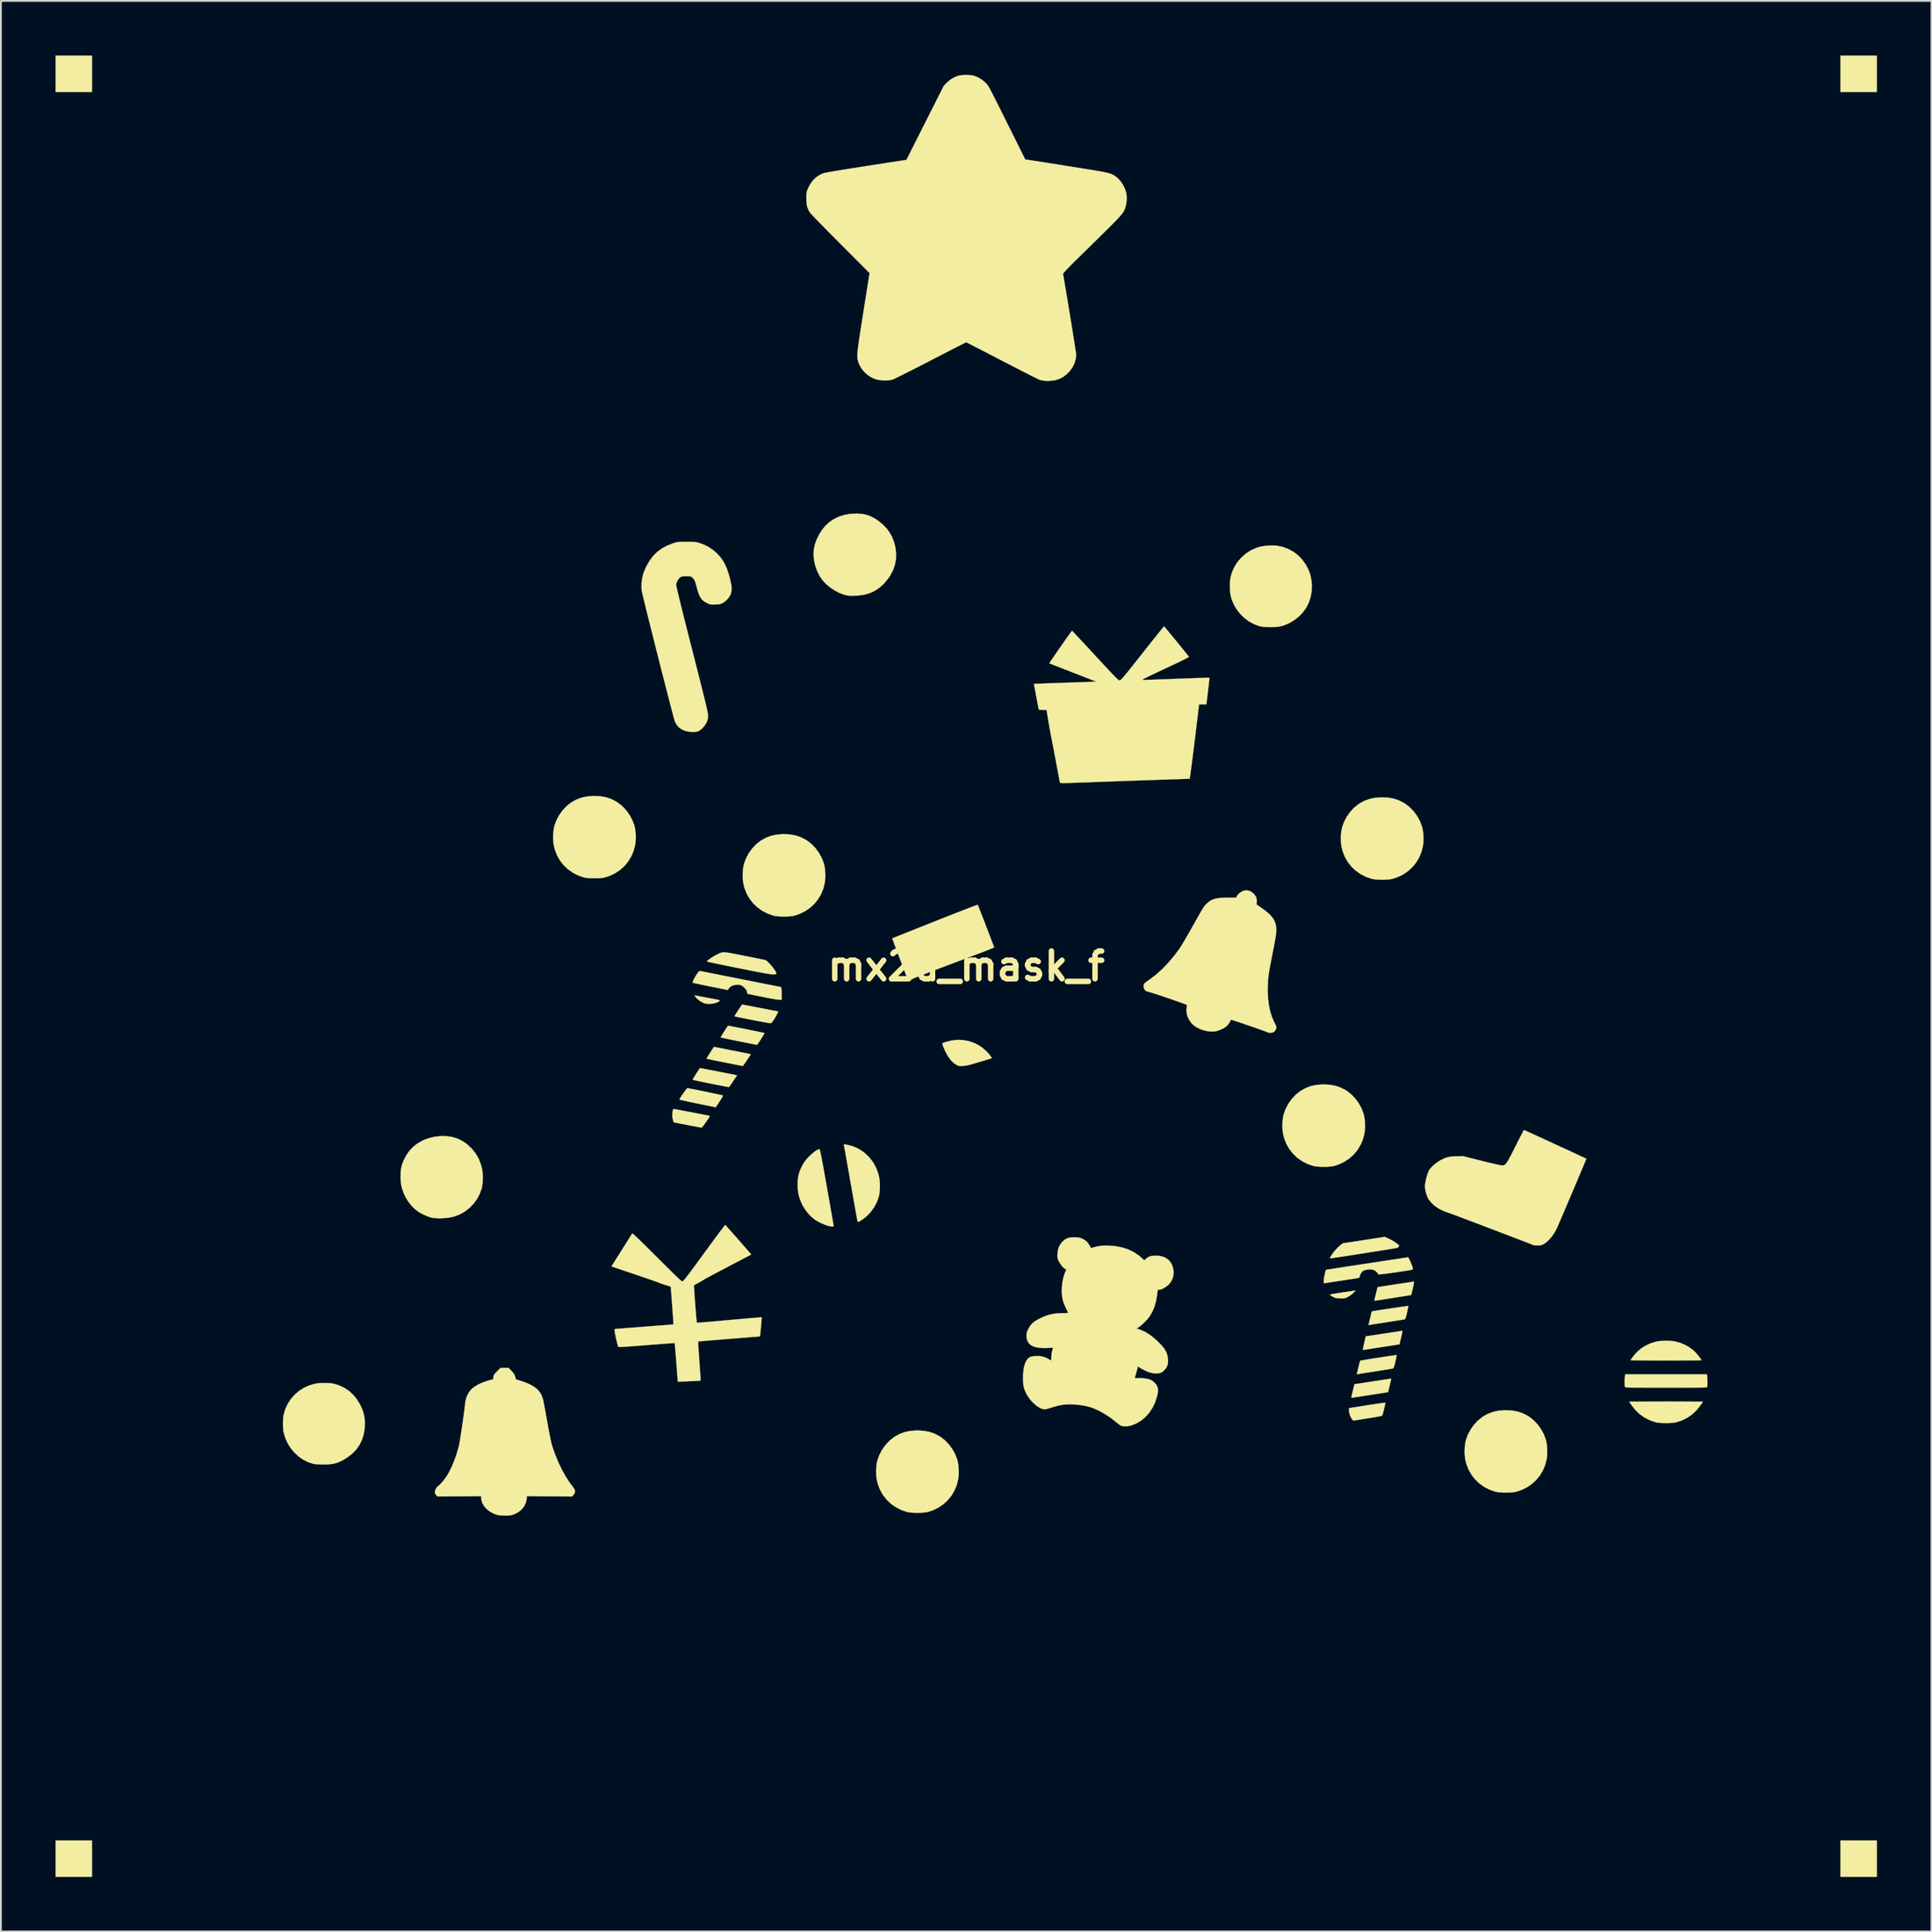
<source format=kicad_pcb>
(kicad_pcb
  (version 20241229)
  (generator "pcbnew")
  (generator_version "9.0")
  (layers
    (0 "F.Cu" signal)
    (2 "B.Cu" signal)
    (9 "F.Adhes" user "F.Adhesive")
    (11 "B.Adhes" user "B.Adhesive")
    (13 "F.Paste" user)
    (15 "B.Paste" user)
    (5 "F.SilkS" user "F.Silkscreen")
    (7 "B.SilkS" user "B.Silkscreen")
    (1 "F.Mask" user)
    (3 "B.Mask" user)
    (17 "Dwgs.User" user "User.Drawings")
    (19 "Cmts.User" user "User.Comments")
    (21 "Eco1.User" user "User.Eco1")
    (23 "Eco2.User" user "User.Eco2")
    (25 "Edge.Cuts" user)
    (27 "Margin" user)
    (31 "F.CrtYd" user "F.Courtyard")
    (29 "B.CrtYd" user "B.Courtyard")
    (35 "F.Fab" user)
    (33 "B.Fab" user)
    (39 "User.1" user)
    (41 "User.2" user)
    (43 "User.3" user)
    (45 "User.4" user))
  (footprint "mx2u_mask_f"
    (layer "F.Cu")
    (at 50.022 50.022)
    (property "Reference" "mx2u_mask_f" (at 0 0 0) (layer "F.SilkS") (effects (font (size 1.524 1.524) (thickness 0.3))))
    (attr through_hole)
    (fp_poly (pts (xy -48.02 -48.02) (xy -50.017 -48.02) (xy -50.017 -50.017) (xy -48.02 -50.017) (xy -48.02 -48.02)) (stroke (width 0.01) (type solid)) (fill yes) (layer "F.SilkS"))
    (fp_poly (pts (xy -48.02 50.017) (xy -50.017 50.017) (xy -50.017 48.02) (xy -48.02 48.02) (xy -48.02 50.017)) (stroke (width 0.01) (type solid)) (fill yes) (layer "F.SilkS"))
    (fp_poly (pts (xy 50.017 -48.02) (xy 48.02 -48.02) (xy 48.02 -50.017) (xy 50.017 -50.017) (xy 50.017 -48.02)) (stroke (width 0.01) (type solid)) (fill yes) (layer "F.SilkS"))
    (fp_poly (pts (xy 50.017 50.017) (xy 48.02 50.017) (xy 48.02 48.02) (xy 50.017 48.02) (xy 50.017 50.017)) (stroke (width 0.01) (type solid)) (fill yes) (layer "F.SilkS"))
    (fp_poly (pts (xy -14.906 1.606) (xy -14.839 1.617) (xy -14.738 1.635) (xy -14.611 1.659) (xy -14.465 1.686) (xy -14.308 1.715) (xy -14.149 1.745) (xy -13.994 1.775) (xy -13.852 1.802) (xy -13.73 1.826) (xy -13.636 1.845) (xy -13.578 1.858) (xy -13.576 1.858) (xy -13.538 1.879) (xy -13.549 1.91) (xy -13.608 1.951) (xy -13.705 1.998) (xy -13.833 2.037) (xy -13.985 2.061) (xy -14.142 2.068) (xy -14.288 2.057) (xy -14.404 2.028) (xy -14.406 2.027) (xy -14.61 1.922) (xy -14.781 1.784) (xy -14.832 1.73) (xy -14.885 1.667) (xy -14.921 1.621) (xy -14.931 1.603) (xy -14.906 1.606)) (stroke (width 0.01) (type solid)) (fill yes) (layer "F.SilkS"))
    (fp_poly (pts (xy 38.697 23.912) (xy 39.024 23.913) (xy 39.323 23.914) (xy 39.453 23.915) (xy 40.466 23.921) (xy 40.336 24.111) (xy 40.121 24.384) (xy 39.878 24.614) (xy 39.607 24.803) (xy 39.306 24.951) (xy 39.01 25.049) (xy 38.885 25.072) (xy 38.724 25.088) (xy 38.542 25.096) (xy 38.352 25.096) (xy 38.168 25.089) (xy 38.005 25.074) (xy 37.875 25.051) (xy 37.86 25.047) (xy 37.532 24.933) (xy 37.234 24.778) (xy 36.966 24.582) (xy 36.726 24.344) (xy 36.547 24.111) (xy 36.417 23.921) (xy 37.429 23.915) (xy 37.709 23.913) (xy 38.024 23.913) (xy 38.359 23.912) (xy 38.697 23.912)) (stroke (width 0.01) (type solid)) (fill yes) (layer "F.SilkS"))
    (fp_poly (pts (xy 21.28 17.93) (xy 21.199 18.004) (xy 21.094 18.082) (xy 20.99 18.148) (xy 20.902 18.196) (xy 20.835 18.225) (xy 20.77 18.24) (xy 20.689 18.245) (xy 20.585 18.245) (xy 20.475 18.242) (xy 20.378 18.236) (xy 20.31 18.227) (xy 20.295 18.224) (xy 20.197 18.186) (xy 20.09 18.13) (xy 20.002 18.073) (xy 20 18.072) (xy 19.988 18.062) (xy 19.98 18.054) (xy 19.981 18.046) (xy 19.995 18.037) (xy 20.024 18.028) (xy 20.072 18.016) (xy 20.144 18.003) (xy 20.244 17.986) (xy 20.374 17.965) (xy 20.539 17.94) (xy 20.742 17.909) (xy 20.988 17.872) (xy 21.279 17.829) (xy 21.306 17.825) (xy 21.394 17.811) (xy 21.28 17.93)) (stroke (width 0.01) (type solid)) (fill yes) (layer "F.SilkS"))
    (fp_poly (pts (xy -15.282 6.703) (xy -15.204 6.717) (xy -15.091 6.738) (xy -14.949 6.766) (xy -14.784 6.799) (xy -14.604 6.835) (xy -14.415 6.874) (xy -14.224 6.914) (xy -14.036 6.953) (xy -13.859 6.99) (xy -13.699 7.024) (xy -13.563 7.054) (xy -13.457 7.078) (xy -13.387 7.095) (xy -13.361 7.103) (xy -13.367 7.129) (xy -13.398 7.189) (xy -13.448 7.275) (xy -13.514 7.38) (xy -13.551 7.435) (xy -13.761 7.748) (xy -14.76 7.544) (xy -14.977 7.499) (xy -15.177 7.457) (xy -15.356 7.418) (xy -15.508 7.384) (xy -15.628 7.356) (xy -15.711 7.335) (xy -15.751 7.322) (xy -15.754 7.32) (xy -15.737 7.283) (xy -15.697 7.217) (xy -15.641 7.13) (xy -15.575 7.033) (xy -15.506 6.934) (xy -15.439 6.842) (xy -15.381 6.766) (xy -15.339 6.715) (xy -15.319 6.698) (xy -15.282 6.703)) (stroke (width 0.01) (type solid)) (fill yes) (layer "F.SilkS"))
    (fp_poly (pts (xy 23.023 23.975) (xy 23.021 24.002) (xy 23.009 24.067) (xy 22.99 24.16) (xy 22.965 24.269) (xy 22.937 24.384) (xy 22.909 24.494) (xy 22.884 24.588) (xy 22.864 24.656) (xy 22.852 24.684) (xy 22.824 24.695) (xy 22.751 24.713) (xy 22.641 24.735) (xy 22.5 24.761) (xy 22.334 24.79) (xy 22.149 24.82) (xy 22.089 24.829) (xy 21.899 24.859) (xy 21.724 24.886) (xy 21.571 24.911) (xy 21.445 24.931) (xy 21.354 24.946) (xy 21.305 24.954) (xy 21.299 24.956) (xy 21.25 24.942) (xy 21.192 24.885) (xy 21.19 24.881) (xy 21.108 24.743) (xy 21.052 24.582) (xy 21.028 24.423) (xy 21.028 24.407) (xy 21.028 24.273) (xy 22.019 24.118) (xy 22.237 24.084) (xy 22.438 24.054) (xy 22.619 24.027) (xy 22.772 24.005) (xy 22.894 23.988) (xy 22.978 23.978) (xy 23.019 23.974) (xy 23.023 23.975)) (stroke (width 0.01) (type solid)) (fill yes) (layer "F.SilkS"))
    (fp_poly (pts (xy -12.852 4.628) (xy -12.633 4.671) (xy -12.431 4.711) (xy -12.25 4.747) (xy -12.095 4.779) (xy -11.972 4.804) (xy -11.886 4.822) (xy -11.843 4.832) (xy -11.838 4.834) (xy -11.848 4.857) (xy -11.881 4.913) (xy -11.931 4.992) (xy -11.993 5.087) (xy -12.061 5.187) (xy -12.128 5.285) (xy -12.189 5.372) (xy -12.238 5.439) (xy -12.27 5.476) (xy -12.277 5.482) (xy -12.305 5.476) (xy -12.377 5.462) (xy -12.488 5.44) (xy -12.633 5.412) (xy -12.805 5.378) (xy -13 5.339) (xy -13.211 5.297) (xy -13.275 5.284) (xy -13.49 5.241) (xy -13.689 5.201) (xy -13.867 5.164) (xy -14.019 5.133) (xy -14.138 5.107) (xy -14.221 5.089) (xy -14.26 5.079) (xy -14.263 5.078) (xy -14.253 5.055) (xy -14.22 4.996) (xy -14.168 4.911) (xy -14.101 4.806) (xy -14.064 4.749) (xy -13.856 4.43) (xy -12.852 4.628)) (stroke (width 0.01) (type solid)) (fill yes) (layer "F.SilkS"))
    (fp_poly (pts (xy -12.152 2.134) (xy -12.088 2.146) (xy -11.983 2.166) (xy -11.842 2.194) (xy -11.673 2.226) (xy -11.484 2.263) (xy -11.281 2.302) (xy -11.154 2.326) (xy -10.316 2.488) (xy -10.392 2.637) (xy -10.445 2.736) (xy -10.513 2.851) (xy -10.581 2.958) (xy -10.583 2.961) (xy -10.642 3.047) (xy -10.685 3.099) (xy -10.722 3.124) (xy -10.761 3.131) (xy -10.777 3.131) (xy -10.819 3.126) (xy -10.904 3.111) (xy -11.028 3.089) (xy -11.182 3.061) (xy -11.362 3.027) (xy -11.561 2.989) (xy -11.774 2.947) (xy -11.784 2.945) (xy -11.994 2.903) (xy -12.188 2.865) (xy -12.36 2.83) (xy -12.506 2.8) (xy -12.619 2.776) (xy -12.693 2.759) (xy -12.725 2.751) (xy -12.725 2.751) (xy -12.716 2.727) (xy -12.683 2.669) (xy -12.63 2.584) (xy -12.563 2.48) (xy -12.524 2.421) (xy -12.311 2.103) (xy -12.152 2.134)) (stroke (width 0.01) (type solid)) (fill yes) (layer "F.SilkS"))
    (fp_poly (pts (xy 23.138 14.933) (xy 23.401 15.063) (xy 23.629 15.214) (xy 23.656 15.235) (xy 23.719 15.285) (xy 23.764 15.32) (xy 23.778 15.331) (xy 23.777 15.356) (xy 23.751 15.399) (xy 23.714 15.442) (xy 23.683 15.467) (xy 23.653 15.473) (xy 23.578 15.487) (xy 23.463 15.507) (xy 23.312 15.532) (xy 23.131 15.561) (xy 22.924 15.595) (xy 22.696 15.632) (xy 22.451 15.671) (xy 22.195 15.711) (xy 21.933 15.753) (xy 21.668 15.794) (xy 21.407 15.835) (xy 21.153 15.875) (xy 20.912 15.912) (xy 20.689 15.946) (xy 20.488 15.977) (xy 20.314 16.003) (xy 20.171 16.024) (xy 20.066 16.039) (xy 20.002 16.047) (xy 19.986 16.049) (xy 19.98 16.03) (xy 19.994 15.992) (xy 20.104 15.814) (xy 20.244 15.632) (xy 20.399 15.463) (xy 20.535 15.341) (xy 20.686 15.221) (xy 21.836 15.045) (xy 22.986 14.868) (xy 23.138 14.933)) (stroke (width 0.01) (type solid)) (fill yes) (layer "F.SilkS"))
    (fp_poly (pts (xy -16.027 7.846) (xy -15.988 7.854) (xy -15.905 7.87) (xy -15.784 7.893) (xy -15.631 7.923) (xy -15.452 7.956) (xy -15.254 7.994) (xy -15.041 8.034) (xy -15.028 8.037) (xy -14.818 8.077) (xy -14.623 8.114) (xy -14.451 8.148) (xy -14.305 8.177) (xy -14.191 8.2) (xy -14.116 8.216) (xy -14.085 8.224) (xy -14.084 8.224) (xy -14.092 8.249) (xy -14.124 8.306) (xy -14.175 8.386) (xy -14.238 8.48) (xy -14.307 8.579) (xy -14.377 8.675) (xy -14.44 8.76) (xy -14.492 8.824) (xy -14.525 8.858) (xy -14.532 8.862) (xy -14.566 8.858) (xy -14.643 8.846) (xy -14.756 8.826) (xy -14.9 8.8) (xy -15.067 8.769) (xy -15.251 8.735) (xy -15.316 8.722) (xy -16.061 8.579) (xy -16.105 8.453) (xy -16.144 8.259) (xy -16.138 8.048) (xy -16.122 7.961) (xy -16.104 7.886) (xy -16.086 7.85) (xy -16.059 7.841) (xy -16.027 7.846)) (stroke (width 0.01) (type solid)) (fill yes) (layer "F.SilkS"))
    (fp_poly (pts (xy -0.164 4.057) (xy 0.152 4.117) (xy 0.457 4.225) (xy 0.699 4.351) (xy 0.848 4.452) (xy 1 4.574) (xy 1.142 4.706) (xy 1.26 4.835) (xy 1.308 4.898) (xy 1.415 5.052) (xy 1.207 5.115) (xy 0.939 5.196) (xy 0.715 5.263) (xy 0.529 5.318) (xy 0.378 5.363) (xy 0.255 5.397) (xy 0.156 5.424) (xy 0.077 5.443) (xy 0.011 5.456) (xy -0.045 5.465) (xy -0.096 5.471) (xy -0.147 5.474) (xy -0.19 5.476) (xy -0.305 5.479) (xy -0.386 5.475) (xy -0.447 5.463) (xy -0.502 5.439) (xy -0.518 5.431) (xy -0.687 5.317) (xy -0.842 5.163) (xy -0.987 4.966) (xy -1.11 4.753) (xy -1.163 4.645) (xy -1.214 4.53) (xy -1.26 4.419) (xy -1.294 4.325) (xy -1.312 4.26) (xy -1.314 4.244) (xy -1.292 4.227) (xy -1.234 4.201) (xy -1.156 4.172) (xy -0.82 4.085) (xy -0.489 4.046) (xy -0.164 4.057)) (stroke (width 0.01) (type solid)) (fill yes) (layer "F.SilkS"))
    (fp_poly (pts (xy 23.341 22.679) (xy 23.327 22.742) (xy 23.307 22.833) (xy 23.281 22.942) (xy 23.253 23.059) (xy 23.226 23.172) (xy 23.201 23.272) (xy 23.181 23.348) (xy 23.17 23.39) (xy 23.168 23.395) (xy 23.142 23.4) (xy 23.072 23.412) (xy 22.963 23.43) (xy 22.82 23.453) (xy 22.65 23.479) (xy 22.458 23.509) (xy 22.249 23.541) (xy 22.239 23.542) (xy 22.026 23.575) (xy 21.826 23.605) (xy 21.645 23.633) (xy 21.489 23.657) (xy 21.365 23.677) (xy 21.278 23.69) (xy 21.236 23.697) (xy 21.181 23.702) (xy 21.155 23.693) (xy 21.154 23.691) (xy 21.16 23.659) (xy 21.175 23.588) (xy 21.198 23.487) (xy 21.227 23.365) (xy 21.239 23.315) (xy 21.323 22.961) (xy 22.332 22.806) (xy 22.551 22.772) (xy 22.754 22.741) (xy 22.935 22.714) (xy 23.09 22.691) (xy 23.213 22.673) (xy 23.298 22.66) (xy 23.341 22.655) (xy 23.345 22.655) (xy 23.341 22.679)) (stroke (width 0.01) (type solid)) (fill yes) (layer "F.SilkS"))
    (fp_poly (pts (xy 23.951 20.029) (xy 23.956 20.05) (xy 23.952 20.097) (xy 23.938 20.175) (xy 23.912 20.291) (xy 23.889 20.389) (xy 23.858 20.519) (xy 23.832 20.63) (xy 23.811 20.713) (xy 23.799 20.761) (xy 23.797 20.768) (xy 23.771 20.773) (xy 23.702 20.785) (xy 23.593 20.802) (xy 23.452 20.824) (xy 23.282 20.851) (xy 23.09 20.88) (xy 22.882 20.912) (xy 22.871 20.914) (xy 22.658 20.946) (xy 22.458 20.977) (xy 22.277 21.005) (xy 22.121 21.029) (xy 21.997 21.048) (xy 21.91 21.062) (xy 21.868 21.069) (xy 21.812 21.073) (xy 21.786 21.064) (xy 21.785 21.062) (xy 21.79 21.031) (xy 21.805 20.96) (xy 21.827 20.858) (xy 21.854 20.736) (xy 21.865 20.686) (xy 21.946 20.331) (xy 22.921 20.185) (xy 23.138 20.152) (xy 23.341 20.121) (xy 23.523 20.093) (xy 23.679 20.069) (xy 23.803 20.049) (xy 23.89 20.035) (xy 23.933 20.028) (xy 23.937 20.027) (xy 23.951 20.029)) (stroke (width 0.01) (type solid)) (fill yes) (layer "F.SilkS"))
    (fp_poly (pts (xy 24.58 17.45) (xy 24.568 17.52) (xy 24.549 17.615) (xy 24.525 17.723) (xy 24.499 17.833) (xy 24.473 17.933) (xy 24.452 18.011) (xy 24.436 18.055) (xy 24.433 18.06) (xy 24.408 18.066) (xy 24.339 18.078) (xy 24.232 18.095) (xy 24.096 18.117) (xy 23.935 18.143) (xy 23.757 18.171) (xy 23.568 18.201) (xy 23.374 18.231) (xy 23.182 18.261) (xy 22.999 18.29) (xy 22.83 18.316) (xy 22.683 18.338) (xy 22.563 18.356) (xy 22.478 18.368) (xy 22.434 18.374) (xy 22.429 18.374) (xy 22.418 18.364) (xy 22.423 18.334) (xy 22.439 18.267) (xy 22.461 18.173) (xy 22.488 18.062) (xy 22.517 17.946) (xy 22.545 17.834) (xy 22.569 17.737) (xy 22.588 17.666) (xy 22.598 17.631) (xy 22.599 17.63) (xy 22.625 17.625) (xy 22.696 17.613) (xy 22.805 17.595) (xy 22.949 17.573) (xy 23.121 17.546) (xy 23.317 17.516) (xy 23.53 17.483) (xy 23.602 17.473) (xy 24.596 17.322) (xy 24.58 17.45)) (stroke (width 0.01) (type solid)) (fill yes) (layer "F.SilkS"))
    (fp_poly (pts (xy -14.599 5.599) (xy -14.532 5.611) (xy -14.428 5.631) (xy -14.294 5.657) (xy -14.136 5.687) (xy -13.96 5.721) (xy -13.774 5.757) (xy -13.584 5.795) (xy -13.395 5.832) (xy -13.215 5.867) (xy -13.05 5.9) (xy -12.907 5.928) (xy -12.791 5.951) (xy -12.72 5.966) (xy -12.588 5.993) (xy -12.806 6.32) (xy -12.882 6.432) (xy -12.948 6.527) (xy -12.999 6.598) (xy -13.031 6.638) (xy -13.039 6.644) (xy -13.066 6.639) (xy -13.138 6.625) (xy -13.248 6.603) (xy -13.392 6.574) (xy -13.563 6.54) (xy -13.758 6.502) (xy -13.969 6.46) (xy -14.033 6.447) (xy -14.248 6.404) (xy -14.448 6.363) (xy -14.627 6.326) (xy -14.779 6.294) (xy -14.9 6.268) (xy -14.983 6.249) (xy -15.024 6.238) (xy -15.027 6.237) (xy -15.017 6.213) (xy -14.986 6.157) (xy -14.937 6.076) (xy -14.878 5.979) (xy -14.812 5.876) (xy -14.747 5.775) (xy -14.687 5.684) (xy -14.638 5.614) (xy -14.623 5.595) (xy -14.599 5.599)) (stroke (width 0.01) (type solid)) (fill yes) (layer "F.SilkS"))
    (fp_poly (pts (xy 40.7 22.512) (xy 40.707 22.586) (xy 40.712 22.686) (xy 40.715 22.8) (xy 40.715 22.914) (xy 40.712 23.014) (xy 40.706 23.085) (xy 40.7 23.111) (xy 40.694 23.118) (xy 40.679 23.124) (xy 40.652 23.129) (xy 40.61 23.134) (xy 40.549 23.138) (xy 40.468 23.141) (xy 40.362 23.143) (xy 40.229 23.146) (xy 40.066 23.147) (xy 39.87 23.149) (xy 39.637 23.149) (xy 39.364 23.15) (xy 39.049 23.15) (xy 38.688 23.151) (xy 38.441 23.151) (xy 38.051 23.151) (xy 37.708 23.15) (xy 37.409 23.15) (xy 37.152 23.149) (xy 36.934 23.148) (xy 36.75 23.147) (xy 36.599 23.145) (xy 36.477 23.142) (xy 36.381 23.14) (xy 36.308 23.136) (xy 36.255 23.132) (xy 36.219 23.127) (xy 36.196 23.121) (xy 36.185 23.115) (xy 36.182 23.111) (xy 36.174 23.064) (xy 36.169 22.981) (xy 36.167 22.875) (xy 36.168 22.76) (xy 36.171 22.649) (xy 36.177 22.556) (xy 36.183 22.512) (xy 36.198 22.418) (xy 40.684 22.418) (xy 40.7 22.512)) (stroke (width 0.01) (type solid)) (fill yes) (layer "F.SilkS"))
    (fp_poly (pts (xy 24.28 18.661) (xy 24.28 18.69) (xy 24.269 18.758) (xy 24.25 18.858) (xy 24.223 18.979) (xy 24.211 19.031) (xy 24.177 19.173) (xy 24.149 19.273) (xy 24.127 19.338) (xy 24.107 19.376) (xy 24.086 19.394) (xy 24.075 19.398) (xy 24.038 19.405) (xy 23.958 19.418) (xy 23.84 19.437) (xy 23.69 19.461) (xy 23.514 19.489) (xy 23.318 19.519) (xy 23.125 19.549) (xy 22.916 19.582) (xy 22.72 19.613) (xy 22.544 19.641) (xy 22.394 19.664) (xy 22.276 19.683) (xy 22.196 19.697) (xy 22.162 19.703) (xy 22.095 19.716) (xy 22.184 19.342) (xy 22.215 19.212) (xy 22.241 19.101) (xy 22.261 19.018) (xy 22.273 18.971) (xy 22.276 18.964) (xy 22.302 18.957) (xy 22.372 18.944) (xy 22.478 18.927) (xy 22.615 18.904) (xy 22.776 18.879) (xy 22.955 18.851) (xy 23.144 18.822) (xy 23.338 18.793) (xy 23.53 18.764) (xy 23.714 18.737) (xy 23.882 18.712) (xy 24.029 18.691) (xy 24.148 18.675) (xy 24.232 18.665) (xy 24.276 18.66) (xy 24.28 18.661)) (stroke (width 0.01) (type solid)) (fill yes) (layer "F.SilkS"))
    (fp_poly (pts (xy -13.057 3.272) (xy -12.989 3.285) (xy -12.884 3.304) (xy -12.749 3.33) (xy -12.589 3.361) (xy -12.413 3.396) (xy -12.225 3.433) (xy -12.032 3.472) (xy -11.841 3.511) (xy -11.658 3.548) (xy -11.49 3.582) (xy -11.342 3.613) (xy -11.221 3.638) (xy -11.134 3.657) (xy -11.087 3.669) (xy -11.081 3.671) (xy -11.089 3.696) (xy -11.119 3.753) (xy -11.167 3.834) (xy -11.226 3.93) (xy -11.291 4.032) (xy -11.355 4.13) (xy -11.414 4.216) (xy -11.461 4.281) (xy -11.49 4.316) (xy -11.496 4.319) (xy -11.523 4.314) (xy -11.595 4.3) (xy -11.706 4.278) (xy -11.85 4.249) (xy -12.021 4.215) (xy -12.216 4.176) (xy -12.428 4.134) (xy -12.491 4.122) (xy -12.707 4.078) (xy -12.907 4.038) (xy -13.085 4.001) (xy -13.238 3.969) (xy -13.358 3.943) (xy -13.441 3.924) (xy -13.482 3.913) (xy -13.485 3.912) (xy -13.476 3.888) (xy -13.444 3.831) (xy -13.396 3.75) (xy -13.336 3.653) (xy -13.27 3.549) (xy -13.204 3.447) (xy -13.143 3.356) (xy -13.092 3.284) (xy -13.082 3.269) (xy -13.057 3.272)) (stroke (width 0.01) (type solid)) (fill yes) (layer "F.SilkS"))
    (fp_poly (pts (xy 23.643 21.36) (xy 23.642 21.388) (xy 23.631 21.456) (xy 23.611 21.555) (xy 23.584 21.675) (xy 23.572 21.725) (xy 23.538 21.865) (xy 23.511 21.963) (xy 23.489 22.027) (xy 23.469 22.066) (xy 23.447 22.087) (xy 23.427 22.096) (xy 23.388 22.104) (xy 23.306 22.119) (xy 23.185 22.14) (xy 23.033 22.165) (xy 22.856 22.193) (xy 22.659 22.224) (xy 22.468 22.254) (xy 22.259 22.287) (xy 22.064 22.317) (xy 21.889 22.344) (xy 21.741 22.368) (xy 21.625 22.387) (xy 21.547 22.4) (xy 21.514 22.406) (xy 21.47 22.412) (xy 21.457 22.408) (xy 21.463 22.376) (xy 21.479 22.307) (xy 21.501 22.212) (xy 21.528 22.1) (xy 21.557 21.983) (xy 21.585 21.871) (xy 21.61 21.775) (xy 21.629 21.705) (xy 21.639 21.672) (xy 21.64 21.671) (xy 21.667 21.663) (xy 21.738 21.65) (xy 21.846 21.631) (xy 21.984 21.608) (xy 22.146 21.581) (xy 22.324 21.553) (xy 22.514 21.523) (xy 22.708 21.493) (xy 22.9 21.463) (xy 23.083 21.436) (xy 23.25 21.411) (xy 23.396 21.39) (xy 23.514 21.373) (xy 23.597 21.363) (xy 23.639 21.359) (xy 23.643 21.36)) (stroke (width 0.01) (type solid)) (fill yes) (layer "F.SilkS"))
    (fp_poly (pts (xy -6.661 9.787) (xy -6.619 9.793) (xy -6.294 9.868) (xy -5.995 9.986) (xy -5.721 10.148) (xy -5.598 10.241) (xy -5.346 10.476) (xy -5.137 10.737) (xy -4.971 11.024) (xy -4.847 11.34) (xy -4.787 11.563) (xy -4.759 11.741) (xy -4.744 11.945) (xy -4.742 12.159) (xy -4.754 12.367) (xy -4.778 12.553) (xy -4.799 12.648) (xy -4.905 12.949) (xy -5.055 13.234) (xy -5.243 13.496) (xy -5.463 13.726) (xy -5.555 13.804) (xy -5.658 13.882) (xy -5.759 13.952) (xy -5.849 14.007) (xy -5.917 14.043) (xy -5.949 14.052) (xy -5.96 14.03) (xy -5.976 13.972) (xy -5.988 13.919) (xy -5.996 13.874) (xy -6.013 13.782) (xy -6.037 13.65) (xy -6.067 13.479) (xy -6.103 13.276) (xy -6.145 13.043) (xy -6.191 12.785) (xy -6.24 12.506) (xy -6.292 12.21) (xy -6.347 11.902) (xy -6.357 11.841) (xy -6.412 11.533) (xy -6.464 11.238) (xy -6.513 10.961) (xy -6.558 10.705) (xy -6.599 10.474) (xy -6.635 10.273) (xy -6.665 10.105) (xy -6.689 9.974) (xy -6.706 9.884) (xy -6.714 9.839) (xy -6.715 9.835) (xy -6.721 9.799) (xy -6.707 9.784) (xy -6.661 9.787)) (stroke (width 0.01) (type solid)) (fill yes) (layer "F.SilkS"))
    (fp_poly (pts (xy 38.583 20.576) (xy 38.728 20.585) (xy 38.857 20.598) (xy 38.927 20.609) (xy 39.199 20.681) (xy 39.466 20.791) (xy 39.715 20.931) (xy 39.935 21.095) (xy 40.03 21.184) (xy 40.099 21.259) (xy 40.174 21.346) (xy 40.247 21.437) (xy 40.312 21.521) (xy 40.361 21.59) (xy 40.385 21.634) (xy 40.387 21.641) (xy 40.362 21.644) (xy 40.291 21.646) (xy 40.177 21.649) (xy 40.024 21.652) (xy 39.836 21.654) (xy 39.616 21.656) (xy 39.369 21.657) (xy 39.099 21.658) (xy 38.809 21.659) (xy 38.503 21.659) (xy 38.441 21.66) (xy 38.133 21.659) (xy 37.839 21.659) (xy 37.564 21.657) (xy 37.312 21.656) (xy 37.087 21.654) (xy 36.893 21.652) (xy 36.732 21.65) (xy 36.61 21.647) (xy 36.53 21.644) (xy 36.496 21.641) (xy 36.495 21.641) (xy 36.511 21.607) (xy 36.553 21.545) (xy 36.614 21.465) (xy 36.685 21.375) (xy 36.761 21.285) (xy 36.832 21.206) (xy 36.853 21.184) (xy 37.053 21.01) (xy 37.289 20.857) (xy 37.549 20.731) (xy 37.82 20.64) (xy 37.955 20.609) (xy 38.06 20.594) (xy 38.196 20.582) (xy 38.342 20.574) (xy 38.441 20.573) (xy 38.583 20.576)) (stroke (width 0.01) (type solid)) (fill yes) (layer "F.SilkS"))
    (fp_poly (pts (xy -20.088 -9.333) (xy -19.784 -9.279) (xy -19.502 -9.185) (xy -19.236 -9.05) (xy -19.155 -8.999) (xy -18.912 -8.811) (xy -18.693 -8.584) (xy -18.503 -8.326) (xy -18.348 -8.045) (xy -18.234 -7.75) (xy -18.222 -7.708) (xy -18.182 -7.52) (xy -18.158 -7.301) (xy -18.151 -7.07) (xy -18.161 -6.845) (xy -18.182 -6.677) (xy -18.263 -6.351) (xy -18.389 -6.047) (xy -18.556 -5.768) (xy -18.76 -5.517) (xy -19 -5.298) (xy -19.271 -5.114) (xy -19.572 -4.968) (xy -19.852 -4.875) (xy -19.978 -4.852) (xy -20.138 -4.836) (xy -20.32 -4.828) (xy -20.51 -4.828) (xy -20.694 -4.835) (xy -20.858 -4.85) (xy -20.987 -4.873) (xy -21.002 -4.877) (xy -21.325 -4.99) (xy -21.621 -5.144) (xy -21.887 -5.335) (xy -22.121 -5.56) (xy -22.319 -5.816) (xy -22.479 -6.1) (xy -22.597 -6.408) (xy -22.66 -6.677) (xy -22.685 -6.884) (xy -22.691 -7.111) (xy -22.681 -7.341) (xy -22.654 -7.556) (xy -22.62 -7.708) (xy -22.513 -8.005) (xy -22.363 -8.288) (xy -22.178 -8.55) (xy -21.962 -8.782) (xy -21.723 -8.975) (xy -21.688 -8.999) (xy -21.425 -9.147) (xy -21.15 -9.253) (xy -20.854 -9.32) (xy -20.53 -9.349) (xy -20.421 -9.351) (xy -20.088 -9.333)) (stroke (width 0.01) (type solid)) (fill yes) (layer "F.SilkS"))
    (fp_poly (pts (xy -9.675 -7.236) (xy -9.371 -7.181) (xy -9.089 -7.087) (xy -8.824 -6.953) (xy -8.742 -6.901) (xy -8.499 -6.713) (xy -8.28 -6.486) (xy -8.09 -6.228) (xy -7.935 -5.948) (xy -7.821 -5.653) (xy -7.809 -5.611) (xy -7.77 -5.422) (xy -7.746 -5.203) (xy -7.738 -4.972) (xy -7.748 -4.747) (xy -7.769 -4.579) (xy -7.851 -4.253) (xy -7.976 -3.949) (xy -8.143 -3.67) (xy -8.347 -3.42) (xy -8.587 -3.201) (xy -8.858 -3.017) (xy -9.159 -2.87) (xy -9.44 -2.777) (xy -9.565 -2.754) (xy -9.725 -2.738) (xy -9.908 -2.73) (xy -10.098 -2.73) (xy -10.281 -2.737) (xy -10.445 -2.752) (xy -10.574 -2.775) (xy -10.59 -2.779) (xy -10.912 -2.892) (xy -11.208 -3.046) (xy -11.474 -3.237) (xy -11.708 -3.462) (xy -11.906 -3.719) (xy -12.066 -4.002) (xy -12.184 -4.311) (xy -12.248 -4.579) (xy -12.272 -4.786) (xy -12.278 -5.013) (xy -12.268 -5.244) (xy -12.241 -5.458) (xy -12.208 -5.611) (xy -12.1 -5.907) (xy -11.951 -6.19) (xy -11.765 -6.452) (xy -11.55 -6.684) (xy -11.31 -6.878) (xy -11.275 -6.901) (xy -11.013 -7.049) (xy -10.737 -7.156) (xy -10.441 -7.222) (xy -10.117 -7.252) (xy -10.008 -7.254) (xy -9.675 -7.236)) (stroke (width 0.01) (type solid)) (fill yes) (layer "F.SilkS"))
    (fp_poly (pts (xy -5.965 -24.863) (xy -5.715 -24.843) (xy -5.495 -24.798) (xy -5.286 -24.725) (xy -5.083 -24.626) (xy -5.009 -24.584) (xy -4.942 -24.543) (xy -4.874 -24.495) (xy -4.794 -24.434) (xy -4.693 -24.352) (xy -4.586 -24.263) (xy -4.379 -24.057) (xy -4.203 -23.818) (xy -4.06 -23.55) (xy -3.952 -23.263) (xy -3.882 -22.962) (xy -3.851 -22.656) (xy -3.861 -22.35) (xy -3.915 -22.051) (xy -3.921 -22.029) (xy -4.027 -21.738) (xy -4.182 -21.45) (xy -4.3 -21.277) (xy -4.518 -21.017) (xy -4.752 -20.801) (xy -5.006 -20.629) (xy -5.282 -20.5) (xy -5.585 -20.41) (xy -5.917 -20.36) (xy -6.243 -20.347) (xy -6.408 -20.352) (xy -6.545 -20.368) (xy -6.673 -20.397) (xy -6.698 -20.405) (xy -6.971 -20.507) (xy -7.241 -20.649) (xy -7.496 -20.821) (xy -7.722 -21.016) (xy -7.889 -21.199) (xy -8.057 -21.446) (xy -8.193 -21.723) (xy -8.296 -22.018) (xy -8.361 -22.321) (xy -8.385 -22.623) (xy -8.368 -22.909) (xy -8.309 -23.177) (xy -8.208 -23.453) (xy -8.073 -23.725) (xy -7.907 -23.982) (xy -7.746 -24.181) (xy -7.527 -24.385) (xy -7.274 -24.557) (xy -6.992 -24.692) (xy -6.687 -24.79) (xy -6.363 -24.848) (xy -6.027 -24.865) (xy -5.965 -24.863)) (stroke (width 0.01) (type solid)) (fill yes) (layer "F.SilkS"))
    (fp_poly (pts (xy -2.345 25.519) (xy -2.041 25.574) (xy -1.76 25.667) (xy -1.494 25.802) (xy -1.412 25.853) (xy -1.17 26.041) (xy -0.951 26.268) (xy -0.761 26.526) (xy -0.606 26.807) (xy -0.492 27.102) (xy -0.48 27.144) (xy -0.44 27.333) (xy -0.416 27.552) (xy -0.409 27.783) (xy -0.418 28.008) (xy -0.44 28.175) (xy -0.521 28.501) (xy -0.647 28.805) (xy -0.813 29.084) (xy -1.018 29.335) (xy -1.258 29.554) (xy -1.529 29.738) (xy -1.829 29.884) (xy -2.11 29.977) (xy -2.235 30.001) (xy -2.396 30.016) (xy -2.578 30.024) (xy -2.768 30.025) (xy -2.952 30.017) (xy -3.115 30.002) (xy -3.245 29.98) (xy -3.26 29.976) (xy -3.583 29.862) (xy -3.879 29.709) (xy -4.145 29.518) (xy -4.379 29.292) (xy -4.577 29.036) (xy -4.737 28.752) (xy -4.855 28.444) (xy -4.918 28.175) (xy -4.943 27.969) (xy -4.949 27.741) (xy -4.939 27.511) (xy -4.912 27.296) (xy -4.878 27.144) (xy -4.771 26.848) (xy -4.621 26.564) (xy -4.436 26.303) (xy -4.22 26.071) (xy -3.981 25.877) (xy -3.946 25.853) (xy -3.683 25.706) (xy -3.408 25.599) (xy -3.112 25.532) (xy -2.788 25.503) (xy -2.679 25.501) (xy -2.345 25.519)) (stroke (width 0.01) (type solid)) (fill yes) (layer "F.SilkS"))
    (fp_poly (pts (xy 17.016 -23.103) (xy 17.053 -23.099) (xy 17.383 -23.031) (xy 17.691 -22.918) (xy 17.975 -22.762) (xy 18.232 -22.566) (xy 18.459 -22.33) (xy 18.655 -22.056) (xy 18.805 -21.774) (xy 18.904 -21.498) (xy 18.965 -21.199) (xy 18.987 -20.887) (xy 18.97 -20.572) (xy 18.914 -20.264) (xy 18.819 -19.973) (xy 18.811 -19.954) (xy 18.671 -19.683) (xy 18.488 -19.432) (xy 18.269 -19.205) (xy 18.02 -19.008) (xy 17.746 -18.846) (xy 17.455 -18.723) (xy 17.302 -18.678) (xy 17.163 -18.652) (xy 16.991 -18.635) (xy 16.799 -18.626) (xy 16.602 -18.626) (xy 16.412 -18.634) (xy 16.246 -18.651) (xy 16.119 -18.675) (xy 15.824 -18.781) (xy 15.546 -18.93) (xy 15.29 -19.118) (xy 15.06 -19.339) (xy 14.862 -19.589) (xy 14.701 -19.863) (xy 14.581 -20.154) (xy 14.522 -20.376) (xy 14.499 -20.532) (xy 14.486 -20.718) (xy 14.483 -20.916) (xy 14.49 -21.11) (xy 14.507 -21.281) (xy 14.52 -21.357) (xy 14.61 -21.664) (xy 14.744 -21.954) (xy 14.918 -22.221) (xy 15.128 -22.461) (xy 15.369 -22.67) (xy 15.637 -22.843) (xy 15.927 -22.975) (xy 16.122 -23.036) (xy 16.28 -23.068) (xy 16.466 -23.092) (xy 16.663 -23.107) (xy 16.852 -23.111) (xy 17.016 -23.103)) (stroke (width 0.01) (type solid)) (fill yes) (layer "F.SilkS"))
    (fp_poly (pts (xy 19.971 6.513) (xy 20.275 6.568) (xy 20.557 6.662) (xy 20.822 6.796) (xy 20.904 6.848) (xy 21.147 7.035) (xy 21.366 7.263) (xy 21.556 7.521) (xy 21.711 7.801) (xy 21.825 8.096) (xy 21.837 8.138) (xy 21.876 8.327) (xy 21.9 8.546) (xy 21.908 8.777) (xy 21.898 9.002) (xy 21.877 9.169) (xy 21.795 9.495) (xy 21.67 9.8) (xy 21.503 10.079) (xy 21.299 10.329) (xy 21.059 10.548) (xy 20.788 10.732) (xy 20.487 10.878) (xy 20.206 10.971) (xy 20.081 10.995) (xy 19.921 11.011) (xy 19.738 11.019) (xy 19.548 11.019) (xy 19.365 11.011) (xy 19.201 10.996) (xy 19.072 10.974) (xy 19.056 10.97) (xy 18.734 10.857) (xy 18.438 10.703) (xy 18.172 10.512) (xy 17.938 10.286) (xy 17.74 10.03) (xy 17.58 9.746) (xy 17.462 9.438) (xy 17.398 9.169) (xy 17.374 8.963) (xy 17.368 8.735) (xy 17.378 8.505) (xy 17.405 8.29) (xy 17.438 8.138) (xy 17.546 7.842) (xy 17.695 7.559) (xy 17.881 7.297) (xy 18.096 7.065) (xy 18.336 6.871) (xy 18.371 6.848) (xy 18.633 6.7) (xy 18.909 6.593) (xy 19.205 6.526) (xy 19.528 6.497) (xy 19.638 6.495) (xy 19.971 6.513)) (stroke (width 0.01) (type solid)) (fill yes) (layer "F.SilkS"))
    (fp_poly (pts (xy 23.181 -9.258) (xy 23.485 -9.203) (xy 23.766 -9.109) (xy 24.032 -8.975) (xy 24.114 -8.923) (xy 24.356 -8.735) (xy 24.576 -8.508) (xy 24.766 -8.25) (xy 24.921 -7.97) (xy 25.034 -7.675) (xy 25.047 -7.633) (xy 25.086 -7.444) (xy 25.11 -7.225) (xy 25.117 -6.994) (xy 25.108 -6.769) (xy 25.087 -6.601) (xy 25.005 -6.275) (xy 24.879 -5.971) (xy 24.713 -5.692) (xy 24.508 -5.442) (xy 24.269 -5.223) (xy 23.997 -5.038) (xy 23.697 -4.892) (xy 23.416 -4.799) (xy 23.291 -4.776) (xy 23.13 -4.76) (xy 22.948 -4.752) (xy 22.758 -4.752) (xy 22.575 -4.759) (xy 22.411 -4.774) (xy 22.281 -4.797) (xy 22.266 -4.801) (xy 21.944 -4.914) (xy 21.648 -5.068) (xy 21.381 -5.259) (xy 21.147 -5.484) (xy 20.949 -5.74) (xy 20.79 -6.024) (xy 20.672 -6.332) (xy 20.608 -6.601) (xy 20.584 -6.808) (xy 20.577 -7.035) (xy 20.588 -7.266) (xy 20.615 -7.48) (xy 20.648 -7.633) (xy 20.756 -7.929) (xy 20.905 -8.212) (xy 21.091 -8.474) (xy 21.306 -8.706) (xy 21.546 -8.9) (xy 21.581 -8.923) (xy 21.843 -9.071) (xy 22.119 -9.177) (xy 22.415 -9.244) (xy 22.738 -9.274) (xy 22.847 -9.275) (xy 23.181 -9.258)) (stroke (width 0.01) (type solid)) (fill yes) (layer "F.SilkS"))
    (fp_poly (pts (xy 29.98 24.407) (xy 30.284 24.462) (xy 30.565 24.555) (xy 30.831 24.69) (xy 30.913 24.741) (xy 31.155 24.929) (xy 31.374 25.156) (xy 31.564 25.414) (xy 31.719 25.695) (xy 31.833 25.99) (xy 31.845 26.032) (xy 31.885 26.221) (xy 31.909 26.439) (xy 31.916 26.67) (xy 31.907 26.896) (xy 31.885 27.063) (xy 31.804 27.389) (xy 31.678 27.693) (xy 31.511 27.972) (xy 31.307 28.223) (xy 31.067 28.442) (xy 30.796 28.626) (xy 30.496 28.772) (xy 30.215 28.865) (xy 30.09 28.889) (xy 29.929 28.904) (xy 29.747 28.912) (xy 29.557 28.913) (xy 29.373 28.905) (xy 29.21 28.89) (xy 29.08 28.867) (xy 29.065 28.864) (xy 28.742 28.75) (xy 28.446 28.597) (xy 28.18 28.406) (xy 27.946 28.18) (xy 27.748 27.924) (xy 27.588 27.64) (xy 27.47 27.332) (xy 27.407 27.063) (xy 27.382 26.857) (xy 27.376 26.629) (xy 27.386 26.399) (xy 27.413 26.184) (xy 27.447 26.032) (xy 27.554 25.735) (xy 27.704 25.452) (xy 27.889 25.191) (xy 28.105 24.959) (xy 28.344 24.765) (xy 28.379 24.741) (xy 28.642 24.593) (xy 28.917 24.487) (xy 29.213 24.42) (xy 29.537 24.391) (xy 29.646 24.389) (xy 29.98 24.407)) (stroke (width 0.01) (type solid)) (fill yes) (layer "F.SilkS"))
    (fp_poly (pts (xy -35.032 22.898) (xy -34.871 22.912) (xy -34.76 22.93) (xy -34.444 23.025) (xy -34.151 23.163) (xy -33.886 23.343) (xy -33.651 23.564) (xy -33.476 23.782) (xy -33.292 24.078) (xy -33.157 24.376) (xy -33.07 24.678) (xy -33.029 24.991) (xy -33.034 25.318) (xy -33.038 25.362) (xy -33.092 25.701) (xy -33.187 26.01) (xy -33.323 26.29) (xy -33.502 26.544) (xy -33.723 26.772) (xy -33.987 26.975) (xy -34.199 27.109) (xy -34.392 27.21) (xy -34.579 27.283) (xy -34.772 27.332) (xy -34.984 27.359) (xy -35.229 27.369) (xy -35.318 27.369) (xy -35.508 27.366) (xy -35.671 27.357) (xy -35.799 27.345) (xy -35.868 27.332) (xy -36.158 27.237) (xy -36.431 27.097) (xy -36.685 26.917) (xy -36.914 26.701) (xy -37.114 26.456) (xy -37.281 26.185) (xy -37.41 25.893) (xy -37.494 25.597) (xy -37.515 25.459) (xy -37.527 25.288) (xy -37.53 25.102) (xy -37.525 24.917) (xy -37.511 24.753) (xy -37.495 24.649) (xy -37.404 24.336) (xy -37.269 24.043) (xy -37.095 23.775) (xy -36.884 23.535) (xy -36.642 23.327) (xy -36.371 23.154) (xy -36.077 23.022) (xy -35.762 22.933) (xy -35.714 22.924) (xy -35.57 22.905) (xy -35.398 22.895) (xy -35.213 22.893) (xy -35.032 22.898)) (stroke (width 0.01) (type solid)) (fill yes) (layer "F.SilkS"))
    (fp_poly (pts (xy -28.258 9.375) (xy -27.966 9.459) (xy -27.692 9.589) (xy -27.432 9.768) (xy -27.409 9.786) (xy -27.157 10.022) (xy -26.948 10.282) (xy -26.782 10.569) (xy -26.658 10.885) (xy -26.598 11.108) (xy -26.57 11.286) (xy -26.555 11.49) (xy -26.553 11.704) (xy -26.565 11.913) (xy -26.589 12.098) (xy -26.61 12.193) (xy -26.718 12.499) (xy -26.869 12.785) (xy -27.059 13.046) (xy -27.284 13.277) (xy -27.539 13.474) (xy -27.819 13.632) (xy -28.118 13.746) (xy -28.321 13.794) (xy -28.548 13.828) (xy -28.783 13.846) (xy -29.015 13.847) (xy -29.227 13.833) (xy -29.406 13.801) (xy -29.41 13.8) (xy -29.559 13.751) (xy -29.729 13.68) (xy -29.903 13.595) (xy -30.062 13.505) (xy -30.122 13.467) (xy -30.309 13.317) (xy -30.49 13.129) (xy -30.655 12.916) (xy -30.795 12.688) (xy -30.891 12.485) (xy -30.974 12.255) (xy -31.028 12.043) (xy -31.059 11.828) (xy -31.071 11.589) (xy -31.071 11.55) (xy -31.063 11.307) (xy -31.036 11.09) (xy -30.985 10.887) (xy -30.906 10.682) (xy -30.795 10.462) (xy -30.749 10.379) (xy -30.579 10.132) (xy -30.371 9.915) (xy -30.128 9.728) (xy -29.856 9.575) (xy -29.559 9.456) (xy -29.242 9.376) (xy -28.907 9.334) (xy -28.573 9.334) (xy -28.258 9.375)) (stroke (width 0.01) (type solid)) (fill yes) (layer "F.SilkS"))
    (fp_poly (pts (xy -8.061 10.053) (xy -8.052 10.068) (xy -8.041 10.096) (xy -8.027 10.14) (xy -8.012 10.204) (xy -7.993 10.291) (xy -7.97 10.404) (xy -7.942 10.545) (xy -7.909 10.718) (xy -7.871 10.926) (xy -7.827 11.172) (xy -7.775 11.459) (xy -7.716 11.79) (xy -7.653 12.144) (xy -7.596 12.463) (xy -7.542 12.768) (xy -7.492 13.056) (xy -7.445 13.322) (xy -7.402 13.562) (xy -7.365 13.774) (xy -7.334 13.954) (xy -7.309 14.097) (xy -7.291 14.2) (xy -7.282 14.26) (xy -7.28 14.273) (xy -7.301 14.298) (xy -7.368 14.301) (xy -7.48 14.283) (xy -7.599 14.255) (xy -7.748 14.206) (xy -7.918 14.135) (xy -8.092 14.05) (xy -8.251 13.96) (xy -8.311 13.922) (xy -8.498 13.772) (xy -8.678 13.584) (xy -8.844 13.371) (xy -8.984 13.143) (xy -9.08 12.94) (xy -9.162 12.71) (xy -9.217 12.498) (xy -9.248 12.283) (xy -9.26 12.044) (xy -9.26 12.005) (xy -9.253 11.77) (xy -9.228 11.562) (xy -9.181 11.365) (xy -9.108 11.168) (xy -9.006 10.955) (xy -8.937 10.83) (xy -8.863 10.717) (xy -8.764 10.595) (xy -8.649 10.471) (xy -8.525 10.351) (xy -8.399 10.243) (xy -8.28 10.152) (xy -8.174 10.087) (xy -8.089 10.053) (xy -8.07 10.05) (xy -8.061 10.053)) (stroke (width 0.01) (type solid)) (fill yes) (layer "F.SilkS"))
    (fp_poly (pts (xy -13.214 -0.759) (xy -13.107 -0.746) (xy -12.975 -0.725) (xy -12.813 -0.695) (xy -12.615 -0.657) (xy -12.377 -0.609) (xy -12.182 -0.57) (xy -11.952 -0.524) (xy -11.736 -0.481) (xy -11.54 -0.441) (xy -11.368 -0.407) (xy -11.227 -0.378) (xy -11.121 -0.356) (xy -11.055 -0.342) (xy -11.037 -0.337) (xy -10.978 -0.305) (xy -10.899 -0.238) (xy -10.807 -0.148) (xy -10.711 -0.041) (xy -10.618 0.073) (xy -10.536 0.184) (xy -10.473 0.286) (xy -10.462 0.305) (xy -10.433 0.366) (xy -10.426 0.399) (xy -10.442 0.418) (xy -10.462 0.429) (xy -10.49 0.44) (xy -10.529 0.447) (xy -10.582 0.449) (xy -10.651 0.446) (xy -10.741 0.437) (xy -10.854 0.421) (xy -10.994 0.399) (xy -11.165 0.369) (xy -11.368 0.331) (xy -11.609 0.285) (xy -11.89 0.23) (xy -12.214 0.165) (xy -12.515 0.105) (xy -12.802 0.047) (xy -13.074 -0.009) (xy -13.327 -0.061) (xy -13.558 -0.108) (xy -13.762 -0.151) (xy -13.936 -0.188) (xy -14.074 -0.218) (xy -14.174 -0.24) (xy -14.23 -0.253) (xy -14.242 -0.257) (xy -14.233 -0.281) (xy -14.189 -0.324) (xy -14.117 -0.38) (xy -14.026 -0.445) (xy -13.924 -0.511) (xy -13.819 -0.574) (xy -13.719 -0.627) (xy -13.711 -0.631) (xy -13.63 -0.671) (xy -13.561 -0.704) (xy -13.499 -0.73) (xy -13.439 -0.749) (xy -13.375 -0.76) (xy -13.302 -0.764) (xy -13.214 -0.759)) (stroke (width 0.01) (type solid)) (fill yes) (layer "F.SilkS"))
    (fp_poly (pts (xy -14.635 0.259) (xy -14.605 0.266) (xy -14.529 0.281) (xy -14.41 0.305) (xy -14.253 0.336) (xy -14.06 0.375) (xy -13.836 0.419) (xy -13.584 0.469) (xy -13.308 0.524) (xy -13.01 0.583) (xy -12.695 0.646) (xy -12.381 0.708) (xy -10.166 1.147) (xy -10.15 1.259) (xy -10.143 1.337) (xy -10.138 1.445) (xy -10.135 1.566) (xy -10.135 1.608) (xy -10.135 1.845) (xy -10.28 1.842) (xy -10.341 1.837) (xy -10.444 1.822) (xy -10.581 1.799) (xy -10.746 1.77) (xy -10.931 1.735) (xy -11.127 1.696) (xy -11.209 1.679) (xy -11.401 1.64) (xy -11.577 1.604) (xy -11.731 1.573) (xy -11.857 1.547) (xy -11.948 1.529) (xy -11.999 1.519) (xy -12.008 1.518) (xy -12.021 1.494) (xy -12.036 1.438) (xy -12.041 1.409) (xy -12.058 1.342) (xy -12.093 1.281) (xy -12.154 1.211) (xy -12.197 1.17) (xy -12.3 1.083) (xy -12.395 1.033) (xy -12.499 1.013) (xy -12.63 1.018) (xy -12.654 1.021) (xy -12.807 1.055) (xy -12.935 1.115) (xy -13.025 1.197) (xy -13.043 1.223) (xy -13.092 1.307) (xy -14.05 1.115) (xy -14.264 1.071) (xy -14.461 1.031) (xy -14.638 0.994) (xy -14.788 0.962) (xy -14.905 0.936) (xy -14.986 0.918) (xy -15.023 0.907) (xy -15.025 0.906) (xy -15.026 0.872) (xy -15.003 0.806) (xy -14.962 0.718) (xy -14.907 0.618) (xy -14.846 0.515) (xy -14.782 0.418) (xy -14.723 0.337) (xy -14.673 0.281) (xy -14.639 0.259) (xy -14.635 0.259)) (stroke (width 0.01) (type solid)) (fill yes) (layer "F.SilkS"))
    (fp_poly (pts (xy 24.31 16.045) (xy 24.339 16.095) (xy 24.379 16.179) (xy 24.423 16.283) (xy 24.466 16.392) (xy 24.503 16.493) (xy 24.527 16.571) (xy 24.53 16.582) (xy 24.531 16.638) (xy 24.5 16.665) (xy 24.455 16.677) (xy 24.369 16.694) (xy 24.25 16.714) (xy 24.104 16.738) (xy 23.938 16.764) (xy 23.759 16.791) (xy 23.573 16.818) (xy 23.387 16.844) (xy 23.208 16.869) (xy 23.043 16.891) (xy 22.898 16.909) (xy 22.781 16.922) (xy 22.697 16.93) (xy 22.653 16.932) (xy 22.649 16.93) (xy 22.615 16.875) (xy 22.555 16.808) (xy 22.483 16.744) (xy 22.416 16.697) (xy 22.4 16.689) (xy 22.291 16.661) (xy 22.161 16.654) (xy 22.025 16.665) (xy 21.9 16.693) (xy 21.8 16.736) (xy 21.768 16.761) (xy 21.708 16.832) (xy 21.655 16.92) (xy 21.619 17.006) (xy 21.609 17.058) (xy 21.587 17.106) (xy 21.552 17.123) (xy 21.518 17.129) (xy 21.441 17.141) (xy 21.329 17.159) (xy 21.188 17.181) (xy 21.024 17.206) (xy 20.845 17.234) (xy 20.657 17.263) (xy 20.467 17.292) (xy 20.282 17.32) (xy 20.109 17.346) (xy 19.953 17.369) (xy 19.823 17.389) (xy 19.725 17.403) (xy 19.665 17.412) (xy 19.649 17.414) (xy 19.642 17.391) (xy 19.638 17.334) (xy 19.638 17.301) (xy 19.643 17.226) (xy 19.657 17.12) (xy 19.678 17) (xy 19.691 16.936) (xy 19.718 16.819) (xy 19.739 16.743) (xy 19.76 16.699) (xy 19.783 16.677) (xy 19.799 16.672) (xy 19.831 16.666) (xy 19.91 16.654) (xy 20.031 16.635) (xy 20.192 16.61) (xy 20.388 16.58) (xy 20.615 16.545) (xy 20.87 16.505) (xy 21.149 16.463) (xy 21.449 16.417) (xy 21.766 16.369) (xy 22.06 16.324) (xy 24.268 15.989) (xy 24.31 16.045)) (stroke (width 0.01) (type solid)) (fill yes) (layer "F.SilkS"))
    (fp_poly (pts (xy 0.645 -3.343) (xy 0.674 -3.273) (xy 0.717 -3.166) (xy 0.773 -3.025) (xy 0.839 -2.855) (xy 0.914 -2.662) (xy 0.996 -2.45) (xy 1.083 -2.224) (xy 1.169 -1.997) (xy 1.251 -1.784) (xy 1.325 -1.589) (xy 1.391 -1.418) (xy 1.446 -1.275) (xy 1.488 -1.164) (xy 1.516 -1.092) (xy 1.527 -1.061) (xy 1.531 -1.055) (xy 1.535 -1.049) (xy 1.535 -1.043) (xy 1.53 -1.035) (xy 1.517 -1.025) (xy 1.492 -1.012) (xy 1.453 -0.994) (xy 1.398 -0.97) (xy 1.323 -0.94) (xy 1.225 -0.902) (xy 1.103 -0.854) (xy 0.953 -0.797) (xy 0.772 -0.728) (xy 0.559 -0.647) (xy 0.309 -0.553) (xy 0.02 -0.444) (xy -0.31 -0.32) (xy -0.684 -0.179) (xy -0.72 -0.165) (xy -1.023 -0.051) (xy -1.318 0.061) (xy -1.6 0.168) (xy -1.866 0.27) (xy -2.111 0.363) (xy -2.331 0.448) (xy -2.521 0.522) (xy -2.678 0.583) (xy -2.797 0.63) (xy -2.873 0.661) (xy -2.885 0.666) (xy -2.992 0.712) (xy -3.082 0.75) (xy -3.144 0.775) (xy -3.17 0.783) (xy -3.191 0.763) (xy -3.21 0.727) (xy -3.228 0.683) (xy -3.26 0.601) (xy -3.305 0.485) (xy -3.36 0.341) (xy -3.423 0.175) (xy -3.492 -0.008) (xy -3.566 -0.202) (xy -3.641 -0.402) (xy -3.717 -0.601) (xy -3.789 -0.795) (xy -3.858 -0.977) (xy -3.92 -1.143) (xy -3.973 -1.286) (xy -4.016 -1.401) (xy -4.046 -1.483) (xy -4.061 -1.525) (xy -4.062 -1.53) (xy -4.038 -1.54) (xy -3.971 -1.567) (xy -3.863 -1.61) (xy -3.717 -1.669) (xy -3.537 -1.741) (xy -3.326 -1.825) (xy -3.087 -1.92) (xy -2.823 -2.025) (xy -2.537 -2.139) (xy -2.233 -2.26) (xy -1.914 -2.387) (xy -1.723 -2.463) (xy -1.395 -2.594) (xy -1.081 -2.718) (xy -0.783 -2.835) (xy -0.505 -2.944) (xy -0.25 -3.043) (xy -0.021 -3.131) (xy 0.179 -3.208) (xy 0.346 -3.271) (xy 0.478 -3.32) (xy 0.572 -3.353) (xy 0.623 -3.369) (xy 0.632 -3.371) (xy 0.645 -3.343)) (stroke (width 0.01) (type solid)) (fill yes) (layer "F.SilkS"))
    (fp_poly (pts (xy -24.977 22.23) (xy -24.892 22.324) (xy -24.835 22.401) (xy -24.798 22.477) (xy -24.777 22.543) (xy -24.736 22.691) (xy -24.455 22.781) (xy -24.162 22.885) (xy -23.916 22.996) (xy -23.713 23.116) (xy -23.549 23.25) (xy -23.421 23.4) (xy -23.323 23.57) (xy -23.254 23.763) (xy -23.242 23.808) (xy -23.229 23.868) (xy -23.209 23.972) (xy -23.181 24.113) (xy -23.149 24.285) (xy -23.112 24.482) (xy -23.073 24.699) (xy -23.031 24.928) (xy -23.01 25.046) (xy -22.956 25.348) (xy -22.908 25.604) (xy -22.865 25.821) (xy -22.827 26.003) (xy -22.793 26.155) (xy -22.761 26.282) (xy -22.73 26.389) (xy -22.718 26.43) (xy -22.564 26.862) (xy -22.39 27.279) (xy -22.198 27.675) (xy -21.994 28.04) (xy -21.78 28.368) (xy -21.631 28.566) (xy -21.543 28.686) (xy -21.495 28.785) (xy -21.486 28.871) (xy -21.514 28.954) (xy -21.578 29.042) (xy -21.582 29.046) (xy -21.655 29.128) (xy -24.129 29.109) (xy -24.143 29.262) (xy -24.186 29.465) (xy -24.274 29.653) (xy -24.403 29.821) (xy -24.568 29.964) (xy -24.766 30.077) (xy -24.887 30.124) (xy -24.974 30.149) (xy -25.063 30.165) (xy -25.17 30.173) (xy -25.309 30.175) (xy -25.342 30.174) (xy -25.473 30.171) (xy -25.597 30.163) (xy -25.698 30.151) (xy -25.754 30.14) (xy -25.976 30.059) (xy -26.173 29.949) (xy -26.342 29.816) (xy -26.477 29.663) (xy -26.574 29.497) (xy -26.628 29.323) (xy -26.638 29.21) (xy -26.638 29.11) (xy -27.841 29.119) (xy -29.044 29.127) (xy -29.118 29.045) (xy -29.167 28.979) (xy -29.187 28.915) (xy -29.18 28.838) (xy -29.149 28.74) (xy -29.091 28.63) (xy -29.013 28.559) (xy -28.925 28.486) (xy -28.82 28.379) (xy -28.708 28.247) (xy -28.598 28.1) (xy -28.541 28.018) (xy -28.404 27.786) (xy -28.269 27.512) (xy -28.14 27.206) (xy -28.019 26.875) (xy -27.912 26.528) (xy -27.877 26.398) (xy -27.859 26.32) (xy -27.836 26.199) (xy -27.809 26.041) (xy -27.778 25.853) (xy -27.745 25.641) (xy -27.71 25.414) (xy -27.675 25.176) (xy -27.641 24.936) (xy -27.608 24.699) (xy -27.577 24.474) (xy -27.55 24.265) (xy -27.528 24.08) (xy -27.513 23.946) (xy -27.474 23.756) (xy -27.401 23.564) (xy -27.302 23.386) (xy -27.185 23.241) (xy -27.185 23.241) (xy -27.035 23.117) (xy -26.844 22.998) (xy -26.621 22.89) (xy -26.373 22.797) (xy -26.148 22.731) (xy -25.985 22.691) (xy -25.968 22.562) (xy -25.957 22.501) (xy -25.938 22.449) (xy -25.904 22.398) (xy -25.847 22.334) (xy -25.763 22.249) (xy -25.575 22.064) (xy -25.136 22.064) (xy -24.977 22.23)) (stroke (width 0.01) (type solid)) (fill yes) (layer "F.SilkS"))
    (fp_poly (pts (xy 30.663 9.008) (xy 30.729 9.037) (xy 30.832 9.084) (xy 30.968 9.146) (xy 31.132 9.221) (xy 31.321 9.307) (xy 31.529 9.403) (xy 31.752 9.505) (xy 31.986 9.613) (xy 32.227 9.724) (xy 32.47 9.836) (xy 32.711 9.947) (xy 32.945 10.055) (xy 33.169 10.158) (xy 33.377 10.255) (xy 33.566 10.342) (xy 33.73 10.419) (xy 33.867 10.482) (xy 33.97 10.531) (xy 34.037 10.562) (xy 34.062 10.575) (xy 34.062 10.575) (xy 34.053 10.599) (xy 34.027 10.664) (xy 33.984 10.769) (xy 33.927 10.907) (xy 33.856 11.075) (xy 33.775 11.268) (xy 33.684 11.483) (xy 33.586 11.716) (xy 33.482 11.961) (xy 33.374 12.216) (xy 33.264 12.475) (xy 33.154 12.735) (xy 33.044 12.992) (xy 32.938 13.241) (xy 32.837 13.479) (xy 32.742 13.7) (xy 32.656 13.901) (xy 32.58 14.078) (xy 32.515 14.227) (xy 32.465 14.343) (xy 32.43 14.422) (xy 32.413 14.458) (xy 32.293 14.668) (xy 32.156 14.862) (xy 32.008 15.033) (xy 31.856 15.171) (xy 31.709 15.27) (xy 31.698 15.275) (xy 31.617 15.312) (xy 31.539 15.332) (xy 31.443 15.339) (xy 31.372 15.34) (xy 31.226 15.332) (xy 31.125 15.31) (xy 31.101 15.299) (xy 31.066 15.284) (xy 30.987 15.252) (xy 30.868 15.205) (xy 30.715 15.145) (xy 30.53 15.074) (xy 30.318 14.992) (xy 30.082 14.902) (xy 29.828 14.804) (xy 29.558 14.701) (xy 29.277 14.594) (xy 28.988 14.484) (xy 28.697 14.373) (xy 28.406 14.262) (xy 28.12 14.154) (xy 27.842 14.049) (xy 27.578 13.949) (xy 27.33 13.856) (xy 27.103 13.77) (xy 26.901 13.695) (xy 26.728 13.63) (xy 26.588 13.578) (xy 26.484 13.541) (xy 26.421 13.519) (xy 26.411 13.515) (xy 26.313 13.481) (xy 26.191 13.43) (xy 26.067 13.373) (xy 26.019 13.349) (xy 25.842 13.242) (xy 25.674 13.11) (xy 25.525 12.964) (xy 25.408 12.815) (xy 25.367 12.746) (xy 25.305 12.602) (xy 25.252 12.43) (xy 25.215 12.254) (xy 25.198 12.094) (xy 25.198 12.073) (xy 25.206 11.972) (xy 25.228 11.843) (xy 25.26 11.697) (xy 25.3 11.548) (xy 25.344 11.406) (xy 25.388 11.285) (xy 25.43 11.196) (xy 25.446 11.171) (xy 25.616 10.98) (xy 25.822 10.805) (xy 26.05 10.657) (xy 26.286 10.546) (xy 26.338 10.527) (xy 26.432 10.497) (xy 26.518 10.476) (xy 26.608 10.462) (xy 26.718 10.453) (xy 26.859 10.446) (xy 26.916 10.444) (xy 27.283 10.433) (xy 28.297 10.688) (xy 28.52 10.744) (xy 28.732 10.795) (xy 28.926 10.841) (xy 29.098 10.88) (xy 29.24 10.911) (xy 29.347 10.932) (xy 29.414 10.943) (xy 29.427 10.943) (xy 29.479 10.942) (xy 29.525 10.934) (xy 29.569 10.915) (xy 29.612 10.883) (xy 29.659 10.833) (xy 29.71 10.762) (xy 29.77 10.665) (xy 29.84 10.539) (xy 29.925 10.379) (xy 30.025 10.183) (xy 30.144 9.946) (xy 30.172 9.891) (xy 30.27 9.695) (xy 30.362 9.514) (xy 30.445 9.352) (xy 30.517 9.215) (xy 30.574 9.107) (xy 30.615 9.034) (xy 30.636 8.999) (xy 30.638 8.997) (xy 30.663 9.008)) (stroke (width 0.01) (type solid)) (fill yes) (layer "F.SilkS"))
    (fp_poly (pts (xy 15.501 -4.155) (xy 15.644 -4.097) (xy 15.776 -3.997) (xy 15.808 -3.963) (xy 15.906 -3.83) (xy 15.957 -3.694) (xy 15.964 -3.547) (xy 15.96 -3.512) (xy 15.944 -3.392) (xy 16.17 -3.237) (xy 16.407 -3.067) (xy 16.6 -2.908) (xy 16.752 -2.756) (xy 16.868 -2.605) (xy 16.95 -2.45) (xy 17.003 -2.287) (xy 17.029 -2.109) (xy 17.034 -1.975) (xy 17.032 -1.908) (xy 17.025 -1.827) (xy 17.013 -1.727) (xy 16.994 -1.604) (xy 16.968 -1.452) (xy 16.935 -1.267) (xy 16.892 -1.044) (xy 16.84 -0.778) (xy 16.819 -0.67) (xy 16.765 -0.394) (xy 16.72 -0.16) (xy 16.683 0.036) (xy 16.653 0.203) (xy 16.63 0.346) (xy 16.612 0.472) (xy 16.598 0.588) (xy 16.587 0.7) (xy 16.578 0.814) (xy 16.575 0.857) (xy 16.56 1.292) (xy 16.575 1.706) (xy 16.619 2.094) (xy 16.69 2.452) (xy 16.788 2.776) (xy 16.913 3.061) (xy 16.934 3.099) (xy 16.981 3.194) (xy 17.016 3.281) (xy 17.033 3.344) (xy 17.033 3.354) (xy 17.012 3.464) (xy 16.958 3.558) (xy 16.881 3.621) (xy 16.857 3.632) (xy 16.74 3.658) (xy 16.631 3.657) (xy 16.546 3.629) (xy 16.539 3.625) (xy 16.507 3.61) (xy 16.434 3.582) (xy 16.327 3.543) (xy 16.191 3.494) (xy 16.033 3.438) (xy 15.858 3.377) (xy 15.674 3.313) (xy 15.485 3.248) (xy 15.298 3.184) (xy 15.119 3.123) (xy 14.953 3.067) (xy 14.808 3.019) (xy 14.689 2.98) (xy 14.602 2.952) (xy 14.554 2.938) (xy 14.545 2.937) (xy 14.532 2.962) (xy 14.501 3.017) (xy 14.468 3.08) (xy 14.377 3.216) (xy 14.262 3.328) (xy 14.113 3.422) (xy 13.942 3.498) (xy 13.823 3.542) (xy 13.729 3.569) (xy 13.641 3.583) (xy 13.538 3.588) (xy 13.481 3.589) (xy 13.255 3.57) (xy 13.028 3.517) (xy 12.809 3.435) (xy 12.61 3.328) (xy 12.443 3.2) (xy 12.369 3.124) (xy 12.252 2.96) (xy 12.164 2.78) (xy 12.11 2.595) (xy 12.092 2.417) (xy 12.103 2.304) (xy 12.119 2.222) (xy 12.129 2.158) (xy 12.131 2.135) (xy 12.108 2.121) (xy 12.043 2.094) (xy 11.941 2.055) (xy 11.809 2.007) (xy 11.652 1.95) (xy 11.476 1.888) (xy 11.288 1.822) (xy 11.091 1.755) (xy 10.894 1.688) (xy 10.701 1.623) (xy 10.518 1.562) (xy 10.351 1.508) (xy 10.206 1.462) (xy 10.089 1.427) (xy 10.008 1.404) (xy 9.917 1.379) (xy 9.861 1.353) (xy 9.823 1.317) (xy 9.789 1.26) (xy 9.787 1.256) (xy 9.749 1.164) (xy 9.743 1.081) (xy 9.747 1.054) (xy 9.755 1.014) (xy 9.768 0.98) (xy 9.792 0.946) (xy 9.834 0.906) (xy 9.9 0.855) (xy 9.996 0.786) (xy 10.101 0.713) (xy 10.438 0.454) (xy 10.774 0.15) (xy 11.104 -0.193) (xy 11.422 -0.57) (xy 11.723 -0.975) (xy 11.739 -0.998) (xy 11.785 -1.07) (xy 11.853 -1.179) (xy 11.937 -1.321) (xy 12.036 -1.489) (xy 12.145 -1.677) (xy 12.261 -1.879) (xy 12.381 -2.09) (xy 12.435 -2.186) (xy 12.549 -2.388) (xy 12.655 -2.576) (xy 12.751 -2.745) (xy 12.834 -2.892) (xy 12.903 -3.011) (xy 12.954 -3.098) (xy 12.984 -3.148) (xy 12.992 -3.159) (xy 13.014 -3.189) (xy 13.045 -3.243) (xy 13.048 -3.248) (xy 13.106 -3.331) (xy 13.195 -3.424) (xy 13.302 -3.516) (xy 13.413 -3.594) (xy 13.47 -3.627) (xy 13.58 -3.675) (xy 13.697 -3.711) (xy 13.832 -3.737) (xy 13.992 -3.754) (xy 14.186 -3.763) (xy 14.382 -3.765) (xy 14.826 -3.766) (xy 14.868 -3.854) (xy 14.925 -3.933) (xy 15.016 -4.017) (xy 15.126 -4.091) (xy 15.211 -4.134) (xy 15.354 -4.168) (xy 15.501 -4.155)) (stroke (width 0.01) (type solid)) (fill yes) (layer "F.SilkS"))
    (fp_poly (pts (xy -15.183 -23.313) (xy -15.053 -23.311) (xy -14.953 -23.307) (xy -14.873 -23.299) (xy -14.803 -23.287) (xy -14.733 -23.269) (xy -14.651 -23.244) (xy -14.651 -23.244) (xy -14.376 -23.143) (xy -14.128 -23.014) (xy -13.894 -22.85) (xy -13.708 -22.689) (xy -13.533 -22.506) (xy -13.383 -22.306) (xy -13.254 -22.082) (xy -13.142 -21.826) (xy -13.044 -21.531) (xy -12.99 -21.331) (xy -12.94 -21.121) (xy -12.906 -20.948) (xy -12.889 -20.805) (xy -12.887 -20.682) (xy -12.9 -20.57) (xy -12.925 -20.465) (xy -12.982 -20.336) (xy -13.077 -20.204) (xy -13.197 -20.08) (xy -13.332 -19.978) (xy -13.374 -19.953) (xy -13.441 -19.919) (xy -13.502 -19.897) (xy -13.573 -19.883) (xy -13.667 -19.874) (xy -13.782 -19.869) (xy -13.904 -19.865) (xy -13.99 -19.866) (xy -14.055 -19.874) (xy -14.115 -19.892) (xy -14.184 -19.923) (xy -14.242 -19.951) (xy -14.37 -20.022) (xy -14.474 -20.101) (xy -14.559 -20.195) (xy -14.631 -20.312) (xy -14.694 -20.459) (xy -14.754 -20.644) (xy -14.794 -20.79) (xy -14.838 -20.952) (xy -14.875 -21.075) (xy -14.91 -21.166) (xy -14.946 -21.236) (xy -14.988 -21.293) (xy -15.037 -21.344) (xy -15.075 -21.378) (xy -15.111 -21.4) (xy -15.157 -21.412) (xy -15.224 -21.418) (xy -15.325 -21.419) (xy -15.374 -21.419) (xy -15.495 -21.418) (xy -15.578 -21.413) (xy -15.636 -21.402) (xy -15.68 -21.383) (xy -15.715 -21.36) (xy -15.787 -21.288) (xy -15.855 -21.184) (xy -15.91 -21.065) (xy -15.934 -20.984) (xy -15.934 -20.962) (xy -15.927 -20.918) (xy -15.915 -20.851) (xy -15.896 -20.759) (xy -15.869 -20.639) (xy -15.834 -20.491) (xy -15.791 -20.311) (xy -15.739 -20.098) (xy -15.678 -19.851) (xy -15.608 -19.566) (xy -15.527 -19.243) (xy -15.435 -18.879) (xy -15.332 -18.472) (xy -15.218 -18.021) (xy -15.091 -17.523) (xy -15.062 -17.41) (xy -14.939 -16.926) (xy -14.828 -16.489) (xy -14.728 -16.096) (xy -14.639 -15.744) (xy -14.56 -15.431) (xy -14.491 -15.154) (xy -14.43 -14.912) (xy -14.378 -14.701) (xy -14.333 -14.519) (xy -14.296 -14.364) (xy -14.265 -14.232) (xy -14.24 -14.122) (xy -14.22 -14.031) (xy -14.206 -13.956) (xy -14.195 -13.896) (xy -14.188 -13.847) (xy -14.184 -13.806) (xy -14.182 -13.773) (xy -14.182 -13.743) (xy -14.182 -13.724) (xy -14.193 -13.603) (xy -14.215 -13.505) (xy -14.256 -13.404) (xy -14.275 -13.365) (xy -14.372 -13.211) (xy -14.495 -13.07) (xy -14.629 -12.958) (xy -14.696 -12.917) (xy -14.806 -12.881) (xy -14.949 -12.864) (xy -15.114 -12.868) (xy -15.287 -12.892) (xy -15.421 -12.924) (xy -15.617 -13.003) (xy -15.777 -13.114) (xy -15.904 -13.262) (xy -15.999 -13.437) (xy -16.013 -13.479) (xy -16.038 -13.566) (xy -16.073 -13.696) (xy -16.118 -13.864) (xy -16.172 -14.068) (xy -16.234 -14.303) (xy -16.303 -14.567) (xy -16.377 -14.856) (xy -16.458 -15.167) (xy -16.542 -15.496) (xy -16.63 -15.84) (xy -16.721 -16.195) (xy -16.813 -16.558) (xy -16.906 -16.926) (xy -17 -17.295) (xy -17.092 -17.661) (xy -17.183 -18.022) (xy -17.271 -18.373) (xy -17.356 -18.712) (xy -17.437 -19.035) (xy -17.512 -19.338) (xy -17.582 -19.619) (xy -17.644 -19.873) (xy -17.699 -20.097) (xy -17.745 -20.289) (xy -17.782 -20.443) (xy -17.808 -20.558) (xy -17.823 -20.629) (xy -17.826 -20.647) (xy -17.838 -20.858) (xy -17.826 -21.091) (xy -17.794 -21.326) (xy -17.743 -21.541) (xy -17.741 -21.546) (xy -17.706 -21.646) (xy -17.655 -21.771) (xy -17.596 -21.902) (xy -17.561 -21.975) (xy -17.388 -22.278) (xy -17.191 -22.54) (xy -16.966 -22.763) (xy -16.709 -22.951) (xy -16.416 -23.107) (xy -16.084 -23.235) (xy -16.023 -23.254) (xy -15.95 -23.275) (xy -15.881 -23.29) (xy -15.805 -23.3) (xy -15.714 -23.307) (xy -15.596 -23.311) (xy -15.442 -23.312) (xy -15.354 -23.313) (xy -15.183 -23.313)) (stroke (width 0.01) (type solid)) (fill yes) (layer "F.SilkS"))
    (fp_poly (pts (xy 0.087 -48.953) (xy 0.237 -48.944) (xy 0.356 -48.927) (xy 0.357 -48.927) (xy 0.537 -48.87) (xy 0.726 -48.778) (xy 0.906 -48.66) (xy 1.061 -48.527) (xy 1.061 -48.527) (xy 1.09 -48.498) (xy 1.117 -48.469) (xy 1.143 -48.437) (xy 1.171 -48.4) (xy 1.202 -48.354) (xy 1.238 -48.296) (xy 1.279 -48.223) (xy 1.328 -48.133) (xy 1.387 -48.022) (xy 1.457 -47.888) (xy 1.539 -47.726) (xy 1.635 -47.536) (xy 1.748 -47.312) (xy 1.877 -47.053) (xy 2.026 -46.755) (xy 2.195 -46.416) (xy 2.233 -46.338) (xy 3.241 -44.316) (xy 5.468 -43.965) (xy 5.869 -43.902) (xy 6.223 -43.846) (xy 6.534 -43.796) (xy 6.805 -43.753) (xy 7.039 -43.714) (xy 7.24 -43.679) (xy 7.41 -43.649) (xy 7.553 -43.621) (xy 7.673 -43.596) (xy 7.773 -43.573) (xy 7.855 -43.55) (xy 7.924 -43.529) (xy 7.982 -43.507) (xy 8.033 -43.484) (xy 8.081 -43.46) (xy 8.127 -43.433) (xy 8.128 -43.432) (xy 8.3 -43.307) (xy 8.458 -43.141) (xy 8.595 -42.946) (xy 8.706 -42.733) (xy 8.781 -42.51) (xy 8.785 -42.494) (xy 8.811 -42.314) (xy 8.814 -42.11) (xy 8.794 -41.904) (xy 8.753 -41.717) (xy 8.748 -41.701) (xy 8.728 -41.641) (xy 8.708 -41.585) (xy 8.686 -41.531) (xy 8.658 -41.477) (xy 8.624 -41.42) (xy 8.58 -41.357) (xy 8.524 -41.285) (xy 8.455 -41.204) (xy 8.369 -41.109) (xy 8.265 -40.998) (xy 8.14 -40.869) (xy 7.991 -40.719) (xy 7.818 -40.545) (xy 7.617 -40.346) (xy 7.386 -40.119) (xy 7.123 -39.86) (xy 6.906 -39.647) (xy 6.627 -39.373) (xy 6.382 -39.131) (xy 6.169 -38.921) (xy 5.985 -38.74) (xy 5.829 -38.585) (xy 5.699 -38.454) (xy 5.592 -38.345) (xy 5.507 -38.256) (xy 5.44 -38.185) (xy 5.39 -38.13) (xy 5.356 -38.087) (xy 5.333 -38.056) (xy 5.322 -38.033) (xy 5.318 -38.017) (xy 5.319 -38.012) (xy 5.334 -37.93) (xy 5.357 -37.807) (xy 5.384 -37.647) (xy 5.417 -37.455) (xy 5.454 -37.235) (xy 5.495 -36.993) (xy 5.539 -36.731) (xy 5.584 -36.455) (xy 5.631 -36.169) (xy 5.679 -35.878) (xy 5.727 -35.586) (xy 5.774 -35.297) (xy 5.819 -35.016) (xy 5.862 -34.748) (xy 5.902 -34.497) (xy 5.939 -34.267) (xy 5.971 -34.063) (xy 5.997 -33.889) (xy 6.018 -33.751) (xy 6.033 -33.651) (xy 6.039 -33.595) (xy 6.04 -33.586) (xy 6.015 -33.347) (xy 5.945 -33.113) (xy 5.835 -32.892) (xy 5.69 -32.69) (xy 5.515 -32.511) (xy 5.317 -32.364) (xy 5.099 -32.252) (xy 4.868 -32.184) (xy 4.815 -32.175) (xy 4.565 -32.15) (xy 4.337 -32.152) (xy 4.14 -32.18) (xy 4.044 -32.208) (xy 3.997 -32.228) (xy 3.908 -32.27) (xy 3.782 -32.332) (xy 3.622 -32.412) (xy 3.432 -32.508) (xy 3.215 -32.618) (xy 2.975 -32.74) (xy 2.716 -32.874) (xy 2.44 -33.016) (xy 2.152 -33.165) (xy 1.952 -33.269) (xy 1.662 -33.419) (xy 1.384 -33.563) (xy 1.123 -33.699) (xy 0.88 -33.824) (xy 0.661 -33.937) (xy 0.467 -34.037) (xy 0.302 -34.121) (xy 0.17 -34.188) (xy 0.073 -34.236) (xy 0.016 -34.264) (xy -0.000117 -34.271) (xy -0.026 -34.26) (xy -0.093 -34.227) (xy -0.199 -34.174) (xy -0.339 -34.103) (xy -0.512 -34.015) (xy -0.713 -33.913) (xy -0.939 -33.797) (xy -1.186 -33.67) (xy -1.453 -33.533) (xy -1.734 -33.387) (xy -1.965 -33.268) (xy -2.26 -33.116) (xy -2.544 -32.97) (xy -2.815 -32.832) (xy -3.068 -32.703) (xy -3.301 -32.586) (xy -3.509 -32.481) (xy -3.689 -32.392) (xy -3.837 -32.319) (xy -3.95 -32.265) (xy -4.025 -32.23) (xy -4.052 -32.219) (xy -4.2 -32.189) (xy -4.382 -32.175) (xy -4.586 -32.179) (xy -4.789 -32.199) (xy -5.014 -32.255) (xy -5.232 -32.355) (xy -5.435 -32.493) (xy -5.616 -32.662) (xy -5.767 -32.857) (xy -5.882 -33.07) (xy -5.915 -33.159) (xy -5.934 -33.217) (xy -5.95 -33.271) (xy -5.964 -33.325) (xy -5.973 -33.383) (xy -5.979 -33.447) (xy -5.981 -33.521) (xy -5.979 -33.609) (xy -5.972 -33.714) (xy -5.959 -33.838) (xy -5.942 -33.986) (xy -5.918 -34.161) (xy -5.889 -34.366) (xy -5.854 -34.605) (xy -5.811 -34.881) (xy -5.762 -35.197) (xy -5.705 -35.556) (xy -5.651 -35.901) (xy -5.308 -38.074) (xy -6.922 -39.692) (xy -7.207 -39.978) (xy -7.47 -40.243) (xy -7.71 -40.486) (xy -7.925 -40.705) (xy -8.113 -40.898) (xy -8.273 -41.065) (xy -8.404 -41.202) (xy -8.503 -41.308) (xy -8.569 -41.383) (xy -8.602 -41.424) (xy -8.603 -41.426) (xy -8.675 -41.563) (xy -8.725 -41.69) (xy -8.757 -41.821) (xy -8.774 -41.971) (xy -8.78 -42.155) (xy -8.78 -42.169) (xy -8.78 -42.31) (xy -8.776 -42.413) (xy -8.767 -42.492) (xy -8.752 -42.559) (xy -8.729 -42.629) (xy -8.715 -42.665) (xy -8.587 -42.928) (xy -8.431 -43.15) (xy -8.244 -43.332) (xy -8.026 -43.475) (xy -7.861 -43.55) (xy -7.809 -43.564) (xy -7.711 -43.585) (xy -7.568 -43.613) (xy -7.378 -43.646) (xy -7.141 -43.686) (xy -6.857 -43.733) (xy -6.525 -43.787) (xy -6.145 -43.847) (xy -5.715 -43.915) (xy -5.502 -43.948) (xy -3.282 -44.292) (xy -2.256 -46.327) (xy -1.229 -48.361) (xy -1.051 -48.54) (xy -0.871 -48.694) (xy -0.671 -48.816) (xy -0.463 -48.902) (xy -0.349 -48.931) (xy -0.225 -48.946) (xy -0.073 -48.953) (xy 0.087 -48.953)) (stroke (width 0.01) (type solid)) (fill yes) (layer "F.SilkS"))
    (fp_poly (pts (xy 6.017 14.891) (xy 6.142 14.9) (xy 6.238 14.917) (xy 6.326 14.948) (xy 6.398 14.981) (xy 6.521 15.049) (xy 6.616 15.125) (xy 6.699 15.222) (xy 6.778 15.342) (xy 6.862 15.482) (xy 6.976 15.448) (xy 7.221 15.387) (xy 7.469 15.353) (xy 7.732 15.343) (xy 8.021 15.359) (xy 8.194 15.378) (xy 8.556 15.445) (xy 8.894 15.555) (xy 9.206 15.706) (xy 9.489 15.895) (xy 9.648 16.032) (xy 9.78 16.157) (xy 9.891 16.055) (xy 9.995 15.979) (xy 10.118 15.93) (xy 10.27 15.904) (xy 10.458 15.9) (xy 10.513 15.902) (xy 10.738 15.935) (xy 10.934 16.008) (xy 11.099 16.119) (xy 11.229 16.266) (xy 11.323 16.448) (xy 11.379 16.662) (xy 11.391 16.758) (xy 11.384 16.966) (xy 11.332 17.164) (xy 11.238 17.346) (xy 11.106 17.501) (xy 11.001 17.585) (xy 10.874 17.668) (xy 10.777 17.722) (xy 10.699 17.754) (xy 10.631 17.767) (xy 10.607 17.767) (xy 10.521 17.767) (xy 10.477 18.1) (xy 10.42 18.427) (xy 10.337 18.717) (xy 10.225 18.978) (xy 10.082 19.218) (xy 10.024 19.3) (xy 9.918 19.428) (xy 9.79 19.562) (xy 9.655 19.688) (xy 9.527 19.791) (xy 9.475 19.828) (xy 9.363 19.9) (xy 9.562 19.969) (xy 9.822 20.083) (xy 10.084 20.244) (xy 10.348 20.453) (xy 10.41 20.509) (xy 10.597 20.687) (xy 10.747 20.844) (xy 10.863 20.986) (xy 10.95 21.121) (xy 11.012 21.255) (xy 11.053 21.394) (xy 11.076 21.527) (xy 11.087 21.717) (xy 11.068 21.875) (xy 11.016 22.012) (xy 10.928 22.138) (xy 10.903 22.165) (xy 10.802 22.262) (xy 10.707 22.323) (xy 10.6 22.355) (xy 10.466 22.367) (xy 10.427 22.367) (xy 10.246 22.352) (xy 10.058 22.306) (xy 9.857 22.227) (xy 9.635 22.111) (xy 9.535 22.051) (xy 9.429 21.986) (xy 9.413 22.057) (xy 9.4 22.11) (xy 9.376 22.198) (xy 9.347 22.304) (xy 9.315 22.413) (xy 9.287 22.511) (xy 9.265 22.582) (xy 9.26 22.597) (xy 9.259 22.617) (xy 9.279 22.627) (xy 9.329 22.63) (xy 9.419 22.627) (xy 9.444 22.626) (xy 9.627 22.625) (xy 9.813 22.642) (xy 9.986 22.675) (xy 10.127 22.72) (xy 10.133 22.723) (xy 10.249 22.793) (xy 10.358 22.889) (xy 10.447 23) (xy 10.503 23.11) (xy 10.51 23.133) (xy 10.529 23.222) (xy 10.536 23.303) (xy 10.531 23.388) (xy 10.512 23.494) (xy 10.479 23.633) (xy 10.478 23.637) (xy 10.375 23.957) (xy 10.234 24.252) (xy 10.06 24.517) (xy 9.855 24.75) (xy 9.623 24.947) (xy 9.367 25.105) (xy 9.091 25.218) (xy 9.044 25.232) (xy 8.903 25.262) (xy 8.758 25.274) (xy 8.624 25.267) (xy 8.515 25.243) (xy 8.474 25.224) (xy 8.418 25.185) (xy 8.338 25.124) (xy 8.247 25.051) (xy 8.208 25.019) (xy 7.967 24.831) (xy 7.702 24.652) (xy 7.428 24.491) (xy 7.156 24.353) (xy 6.899 24.247) (xy 6.849 24.23) (xy 6.556 24.151) (xy 6.224 24.097) (xy 5.858 24.069) (xy 5.839 24.068) (xy 5.569 24.067) (xy 5.321 24.087) (xy 5.076 24.13) (xy 4.817 24.2) (xy 4.7 24.238) (xy 4.575 24.277) (xy 4.458 24.309) (xy 4.362 24.331) (xy 4.301 24.339) (xy 4.174 24.316) (xy 4.033 24.254) (xy 3.885 24.158) (xy 3.734 24.034) (xy 3.589 23.887) (xy 3.456 23.724) (xy 3.341 23.55) (xy 3.263 23.399) (xy 3.208 23.267) (xy 3.169 23.144) (xy 3.143 23.017) (xy 3.128 22.873) (xy 3.122 22.698) (xy 3.121 22.595) (xy 3.133 22.308) (xy 3.166 22.058) (xy 3.221 21.848) (xy 3.297 21.678) (xy 3.392 21.551) (xy 3.496 21.474) (xy 3.585 21.443) (xy 3.707 21.422) (xy 3.826 21.413) (xy 4.035 21.414) (xy 4.218 21.446) (xy 4.392 21.511) (xy 4.507 21.573) (xy 4.582 21.616) (xy 4.639 21.648) (xy 4.665 21.66) (xy 4.665 21.66) (xy 4.67 21.636) (xy 4.674 21.575) (xy 4.676 21.489) (xy 4.676 21.476) (xy 4.684 21.34) (xy 4.706 21.196) (xy 4.724 21.125) (xy 4.772 20.957) (xy 4.427 20.97) (xy 4.146 20.97) (xy 3.909 20.945) (xy 3.713 20.894) (xy 3.557 20.817) (xy 3.441 20.712) (xy 3.362 20.579) (xy 3.32 20.417) (xy 3.311 20.282) (xy 3.315 20.194) (xy 3.329 20.117) (xy 3.359 20.034) (xy 3.41 19.926) (xy 3.413 19.92) (xy 3.51 19.756) (xy 3.628 19.619) (xy 3.777 19.499) (xy 3.966 19.388) (xy 3.968 19.387) (xy 4.234 19.259) (xy 4.482 19.166) (xy 4.727 19.104) (xy 4.984 19.069) (xy 5.268 19.056) (xy 5.3 19.056) (xy 5.419 19.055) (xy 5.515 19.051) (xy 5.581 19.045) (xy 5.606 19.038) (xy 5.606 19.037) (xy 5.591 19.008) (xy 5.559 18.944) (xy 5.515 18.855) (xy 5.477 18.778) (xy 5.419 18.65) (xy 5.363 18.511) (xy 5.319 18.384) (xy 5.305 18.336) (xy 5.265 18.117) (xy 5.249 17.871) (xy 5.257 17.61) (xy 5.287 17.349) (xy 5.337 17.1) (xy 5.407 16.877) (xy 5.467 16.741) (xy 5.488 16.694) (xy 5.485 16.664) (xy 5.45 16.636) (xy 5.406 16.61) (xy 5.325 16.544) (xy 5.236 16.441) (xy 5.194 16.381) (xy 5.112 16.252) (xy 5.057 16.149) (xy 5.024 16.06) (xy 5.009 15.969) (xy 5.008 15.863) (xy 5.012 15.795) (xy 5.045 15.565) (xy 5.115 15.367) (xy 5.224 15.196) (xy 5.375 15.047) (xy 5.385 15.039) (xy 5.503 14.964) (xy 5.637 14.916) (xy 5.798 14.892) (xy 5.995 14.89) (xy 6.017 14.891)) (stroke (width 0.01) (type solid)) (fill yes) (layer "F.SilkS"))
    (fp_poly (pts (xy 10.886 -18.646) (xy 10.932 -18.592) (xy 11.002 -18.509) (xy 11.092 -18.402) (xy 11.197 -18.274) (xy 11.315 -18.131) (xy 11.441 -17.978) (xy 11.571 -17.819) (xy 11.7 -17.66) (xy 11.826 -17.505) (xy 11.945 -17.359) (xy 12.051 -17.227) (xy 12.142 -17.114) (xy 12.213 -17.024) (xy 12.235 -16.996) (xy 12.217 -16.979) (xy 12.154 -16.943) (xy 12.048 -16.887) (xy 11.899 -16.813) (xy 11.71 -16.72) (xy 11.482 -16.611) (xy 11.216 -16.485) (xy 10.93 -16.351) (xy 10.636 -16.214) (xy 10.387 -16.096) (xy 10.178 -15.997) (xy 10.009 -15.915) (xy 9.877 -15.85) (xy 9.779 -15.799) (xy 9.713 -15.762) (xy 9.677 -15.738) (xy 9.669 -15.726) (xy 9.674 -15.724) (xy 9.71 -15.723) (xy 9.793 -15.725) (xy 9.917 -15.728) (xy 10.08 -15.733) (xy 10.276 -15.739) (xy 10.501 -15.747) (xy 10.752 -15.756) (xy 11.024 -15.766) (xy 11.313 -15.777) (xy 11.543 -15.786) (xy 11.84 -15.797) (xy 12.122 -15.808) (xy 12.385 -15.818) (xy 12.625 -15.826) (xy 12.837 -15.833) (xy 13.019 -15.839) (xy 13.166 -15.843) (xy 13.273 -15.845) (xy 13.338 -15.845) (xy 13.355 -15.844) (xy 13.356 -15.817) (xy 13.35 -15.746) (xy 13.34 -15.637) (xy 13.325 -15.498) (xy 13.307 -15.334) (xy 13.286 -15.152) (xy 13.281 -15.112) (xy 13.258 -14.928) (xy 13.238 -14.76) (xy 13.221 -14.616) (xy 13.207 -14.502) (xy 13.198 -14.424) (xy 13.193 -14.389) (xy 13.193 -14.387) (xy 13.17 -14.384) (xy 13.108 -14.382) (xy 13.02 -14.381) (xy 12.994 -14.381) (xy 12.795 -14.381) (xy 12.78 -14.286) (xy 12.774 -14.24) (xy 12.763 -14.15) (xy 12.747 -14.022) (xy 12.727 -13.862) (xy 12.705 -13.676) (xy 12.68 -13.471) (xy 12.654 -13.252) (xy 12.65 -13.211) (xy 12.624 -12.995) (xy 12.595 -12.761) (xy 12.565 -12.513) (xy 12.533 -12.258) (xy 12.501 -11.999) (xy 12.469 -11.741) (xy 12.437 -11.49) (xy 12.406 -11.251) (xy 12.377 -11.027) (xy 12.351 -10.825) (xy 12.327 -10.648) (xy 12.308 -10.502) (xy 12.292 -10.392) (xy 12.282 -10.323) (xy 12.277 -10.299) (xy 12.251 -10.298) (xy 12.179 -10.295) (xy 12.065 -10.29) (xy 11.912 -10.285) (xy 11.726 -10.278) (xy 11.509 -10.271) (xy 11.267 -10.263) (xy 11.003 -10.254) (xy 10.721 -10.245) (xy 10.552 -10.239) (xy 10.199 -10.228) (xy 9.811 -10.214) (xy 9.401 -10.2) (xy 8.979 -10.186) (xy 8.557 -10.171) (xy 8.145 -10.156) (xy 7.756 -10.142) (xy 7.4 -10.128) (xy 7.228 -10.122) (xy 6.94 -10.111) (xy 6.662 -10.101) (xy 6.397 -10.091) (xy 6.152 -10.082) (xy 5.932 -10.075) (xy 5.74 -10.069) (xy 5.584 -10.064) (xy 5.467 -10.061) (xy 5.395 -10.06) (xy 5.39 -10.06) (xy 5.28 -10.06) (xy 5.211 -10.064) (xy 5.172 -10.073) (xy 5.152 -10.09) (xy 5.143 -10.116) (xy 5.136 -10.153) (xy 5.12 -10.234) (xy 5.097 -10.353) (xy 5.069 -10.503) (xy 5.036 -10.679) (xy 4.999 -10.874) (xy 4.965 -11.057) (xy 4.92 -11.299) (xy 4.871 -11.558) (xy 4.821 -11.821) (xy 4.772 -12.076) (xy 4.727 -12.31) (xy 4.688 -12.512) (xy 4.676 -12.574) (xy 4.637 -12.778) (xy 4.596 -12.996) (xy 4.557 -13.212) (xy 4.522 -13.413) (xy 4.493 -13.584) (xy 4.483 -13.641) (xy 4.414 -14.077) (xy 4.204 -14.077) (xy 4.101 -14.078) (xy 4.037 -14.083) (xy 4.003 -14.094) (xy 3.987 -14.114) (xy 3.981 -14.134) (xy 3.97 -14.185) (xy 3.952 -14.274) (xy 3.929 -14.391) (xy 3.902 -14.531) (xy 3.873 -14.684) (xy 3.842 -14.844) (xy 3.813 -15.003) (xy 3.785 -15.152) (xy 3.76 -15.285) (xy 3.741 -15.393) (xy 3.728 -15.468) (xy 3.722 -15.504) (xy 3.722 -15.506) (xy 3.748 -15.508) (xy 3.82 -15.511) (xy 3.934 -15.515) (xy 4.086 -15.521) (xy 4.273 -15.528) (xy 4.489 -15.536) (xy 4.731 -15.545) (xy 4.994 -15.554) (xy 5.275 -15.564) (xy 5.438 -15.57) (xy 7.148 -15.629) (xy 5.867 -16.129) (xy 5.626 -16.223) (xy 5.399 -16.312) (xy 5.19 -16.394) (xy 5.005 -16.466) (xy 4.846 -16.528) (xy 4.719 -16.577) (xy 4.628 -16.613) (xy 4.577 -16.633) (xy 4.568 -16.636) (xy 4.579 -16.657) (xy 4.615 -16.714) (xy 4.673 -16.802) (xy 4.75 -16.916) (xy 4.842 -17.05) (xy 4.945 -17.2) (xy 5.056 -17.361) (xy 5.171 -17.527) (xy 5.286 -17.692) (xy 5.399 -17.853) (xy 5.505 -18.004) (xy 5.601 -18.139) (xy 5.684 -18.254) (xy 5.749 -18.343) (xy 5.793 -18.401) (xy 5.813 -18.424) (xy 5.813 -18.424) (xy 5.832 -18.406) (xy 5.882 -18.354) (xy 5.961 -18.27) (xy 6.067 -18.158) (xy 6.196 -18.02) (xy 6.345 -17.86) (xy 6.513 -17.68) (xy 6.696 -17.483) (xy 6.891 -17.273) (xy 7.089 -17.059) (xy 7.328 -16.801) (xy 7.535 -16.577) (xy 7.713 -16.386) (xy 7.864 -16.225) (xy 7.991 -16.09) (xy 8.095 -15.981) (xy 8.18 -15.894) (xy 8.248 -15.826) (xy 8.301 -15.777) (xy 8.342 -15.741) (xy 8.373 -15.719) (xy 8.397 -15.706) (xy 8.416 -15.701) (xy 8.432 -15.7) (xy 8.433 -15.7) (xy 8.45 -15.704) (xy 8.47 -15.715) (xy 8.496 -15.735) (xy 8.53 -15.766) (xy 8.574 -15.813) (xy 8.63 -15.876) (xy 8.7 -15.959) (xy 8.788 -16.065) (xy 8.894 -16.196) (xy 9.021 -16.354) (xy 9.171 -16.543) (xy 9.347 -16.765) (xy 9.551 -17.023) (xy 9.68 -17.186) (xy 9.869 -17.424) (xy 10.048 -17.651) (xy 10.217 -17.863) (xy 10.371 -18.056) (xy 10.509 -18.228) (xy 10.628 -18.376) (xy 10.726 -18.497) (xy 10.8 -18.587) (xy 10.848 -18.644) (xy 10.868 -18.665) (xy 10.868 -18.665) (xy 10.886 -18.646)) (stroke (width 0.01) (type solid)) (fill yes) (layer "F.SilkS"))
    (fp_poly (pts (xy -13.218 14.23) (xy -13.17 14.282) (xy -13.097 14.363) (xy -13.004 14.467) (xy -12.895 14.591) (xy -12.774 14.728) (xy -12.644 14.875) (xy -12.511 15.026) (xy -12.378 15.178) (xy -12.25 15.324) (xy -12.131 15.461) (xy -12.025 15.584) (xy -11.935 15.688) (xy -11.867 15.767) (xy -11.824 15.819) (xy -11.811 15.837) (xy -11.833 15.849) (xy -11.897 15.882) (xy -11.997 15.935) (xy -12.13 16.005) (xy -12.292 16.09) (xy -12.479 16.188) (xy -12.687 16.297) (xy -12.912 16.415) (xy -13.104 16.516) (xy -13.341 16.64) (xy -13.563 16.757) (xy -13.768 16.866) (xy -13.952 16.963) (xy -14.11 17.048) (xy -14.238 17.117) (xy -14.333 17.168) (xy -14.39 17.201) (xy -14.406 17.211) (xy -14.432 17.23) (xy -14.493 17.268) (xy -14.581 17.318) (xy -14.684 17.376) (xy -14.787 17.433) (xy -14.873 17.48) (xy -14.932 17.513) (xy -14.956 17.527) (xy -14.956 17.527) (xy -14.956 17.553) (xy -14.953 17.623) (xy -14.946 17.73) (xy -14.937 17.868) (xy -14.926 18.031) (xy -14.913 18.211) (xy -14.898 18.403) (xy -14.883 18.6) (xy -14.868 18.796) (xy -14.853 18.983) (xy -14.839 19.156) (xy -14.826 19.309) (xy -14.815 19.433) (xy -14.806 19.524) (xy -14.8 19.575) (xy -14.798 19.583) (xy -14.771 19.583) (xy -14.698 19.579) (xy -14.582 19.57) (xy -14.429 19.558) (xy -14.241 19.543) (xy -14.024 19.525) (xy -13.78 19.504) (xy -13.515 19.48) (xy -13.231 19.455) (xy -13.016 19.435) (xy -12.722 19.409) (xy -12.444 19.384) (xy -12.184 19.361) (xy -11.947 19.341) (xy -11.737 19.323) (xy -11.559 19.308) (xy -11.415 19.297) (xy -11.311 19.29) (xy -11.25 19.286) (xy -11.235 19.287) (xy -11.235 19.313) (xy -11.238 19.381) (xy -11.245 19.481) (xy -11.255 19.604) (xy -11.267 19.74) (xy -11.28 19.881) (xy -11.292 20.017) (xy -11.305 20.14) (xy -11.316 20.239) (xy -11.324 20.307) (xy -11.33 20.333) (xy -11.33 20.333) (xy -11.355 20.336) (xy -11.427 20.342) (xy -11.541 20.352) (xy -11.693 20.364) (xy -11.878 20.379) (xy -12.094 20.397) (xy -12.335 20.416) (xy -12.597 20.437) (xy -12.877 20.46) (xy -13.029 20.472) (xy -13.316 20.495) (xy -13.588 20.516) (xy -13.841 20.537) (xy -14.07 20.556) (xy -14.272 20.572) (xy -14.442 20.586) (xy -14.577 20.598) (xy -14.671 20.606) (xy -14.722 20.611) (xy -14.729 20.611) (xy -14.729 20.637) (xy -14.725 20.707) (xy -14.718 20.818) (xy -14.709 20.963) (xy -14.697 21.138) (xy -14.683 21.337) (xy -14.668 21.556) (xy -14.659 21.685) (xy -14.642 21.912) (xy -14.628 22.122) (xy -14.615 22.311) (xy -14.604 22.474) (xy -14.596 22.605) (xy -14.59 22.698) (xy -14.588 22.75) (xy -14.588 22.758) (xy -14.618 22.763) (xy -14.688 22.769) (xy -14.792 22.776) (xy -14.92 22.784) (xy -15.065 22.791) (xy -15.218 22.799) (xy -15.371 22.805) (xy -15.515 22.811) (xy -15.644 22.815) (xy -15.747 22.818) (xy -15.817 22.818) (xy -15.846 22.816) (xy -15.847 22.815) (xy -15.848 22.771) (xy -15.854 22.686) (xy -15.862 22.565) (xy -15.873 22.416) (xy -15.886 22.244) (xy -15.9 22.056) (xy -15.915 21.859) (xy -15.93 21.659) (xy -15.946 21.462) (xy -15.961 21.275) (xy -15.975 21.104) (xy -15.987 20.955) (xy -15.998 20.835) (xy -16.006 20.75) (xy -16.01 20.707) (xy -16.011 20.703) (xy -16.038 20.703) (xy -16.111 20.706) (xy -16.226 20.713) (xy -16.377 20.723) (xy -16.562 20.736) (xy -16.775 20.752) (xy -17.012 20.77) (xy -17.269 20.79) (xy -17.541 20.812) (xy -17.553 20.813) (xy -17.883 20.839) (xy -18.178 20.862) (xy -18.436 20.881) (xy -18.656 20.896) (xy -18.834 20.906) (xy -18.969 20.913) (xy -19.059 20.916) (xy -19.101 20.914) (xy -19.104 20.913) (xy -19.12 20.876) (xy -19.144 20.8) (xy -19.172 20.696) (xy -19.203 20.573) (xy -19.234 20.441) (xy -19.263 20.312) (xy -19.286 20.194) (xy -19.302 20.1) (xy -19.309 20.039) (xy -19.309 20.036) (xy -19.309 19.927) (xy -17.698 19.803) (xy -17.418 19.782) (xy -17.153 19.761) (xy -16.908 19.742) (xy -16.686 19.725) (xy -16.492 19.709) (xy -16.331 19.697) (xy -16.206 19.686) (xy -16.122 19.679) (xy -16.083 19.676) (xy -16.08 19.675) (xy -16.081 19.65) (xy -16.084 19.581) (xy -16.091 19.475) (xy -16.1 19.337) (xy -16.112 19.175) (xy -16.124 18.994) (xy -16.138 18.802) (xy -16.153 18.604) (xy -16.167 18.408) (xy -16.181 18.219) (xy -16.195 18.044) (xy -16.207 17.889) (xy -16.217 17.761) (xy -16.225 17.667) (xy -16.23 17.612) (xy -16.232 17.601) (xy -16.257 17.592) (xy -16.321 17.571) (xy -16.415 17.541) (xy -16.529 17.506) (xy -16.542 17.502) (xy -16.66 17.464) (xy -16.761 17.43) (xy -16.835 17.403) (xy -16.871 17.387) (xy -16.872 17.386) (xy -16.901 17.374) (xy -16.972 17.347) (xy -17.083 17.308) (xy -17.229 17.257) (xy -17.404 17.196) (xy -17.605 17.127) (xy -17.826 17.051) (xy -18.064 16.97) (xy -18.192 16.927) (xy -19.485 16.49) (xy -18.928 15.606) (xy -18.807 15.414) (xy -18.694 15.235) (xy -18.592 15.073) (xy -18.504 14.933) (xy -18.433 14.82) (xy -18.381 14.738) (xy -18.353 14.692) (xy -18.348 14.684) (xy -18.336 14.684) (xy -18.309 14.701) (xy -18.264 14.737) (xy -18.199 14.794) (xy -18.113 14.874) (xy -18.004 14.978) (xy -17.869 15.109) (xy -17.707 15.268) (xy -17.516 15.457) (xy -17.293 15.678) (xy -17.038 15.933) (xy -16.991 15.979) (xy -16.731 16.239) (xy -16.505 16.464) (xy -16.309 16.658) (xy -16.142 16.822) (xy -16.002 16.958) (xy -15.887 17.069) (xy -15.794 17.156) (xy -15.721 17.221) (xy -15.666 17.268) (xy -15.627 17.297) (xy -15.601 17.311) (xy -15.592 17.312) (xy -15.577 17.309) (xy -15.556 17.295) (xy -15.529 17.269) (xy -15.491 17.229) (xy -15.442 17.171) (xy -15.38 17.093) (xy -15.302 16.992) (xy -15.207 16.866) (xy -15.092 16.712) (xy -14.956 16.528) (xy -14.796 16.311) (xy -14.611 16.058) (xy -14.398 15.767) (xy -14.392 15.759) (xy -14.21 15.511) (xy -14.037 15.275) (xy -13.875 15.055) (xy -13.726 14.854) (xy -13.593 14.674) (xy -13.477 14.52) (xy -13.381 14.393) (xy -13.308 14.297) (xy -13.26 14.235) (xy -13.238 14.211) (xy -13.238 14.211) (xy -13.218 14.23)) (stroke (width 0.01) (type solid)) (fill yes) (layer "F.SilkS")))
  (gr_rect
    (start -3 -3)
    (end 103.043 103.043)
    (stroke (width 0.1) (type default))
    (fill no)
    (layer "Edge.Cuts")))
</source>
